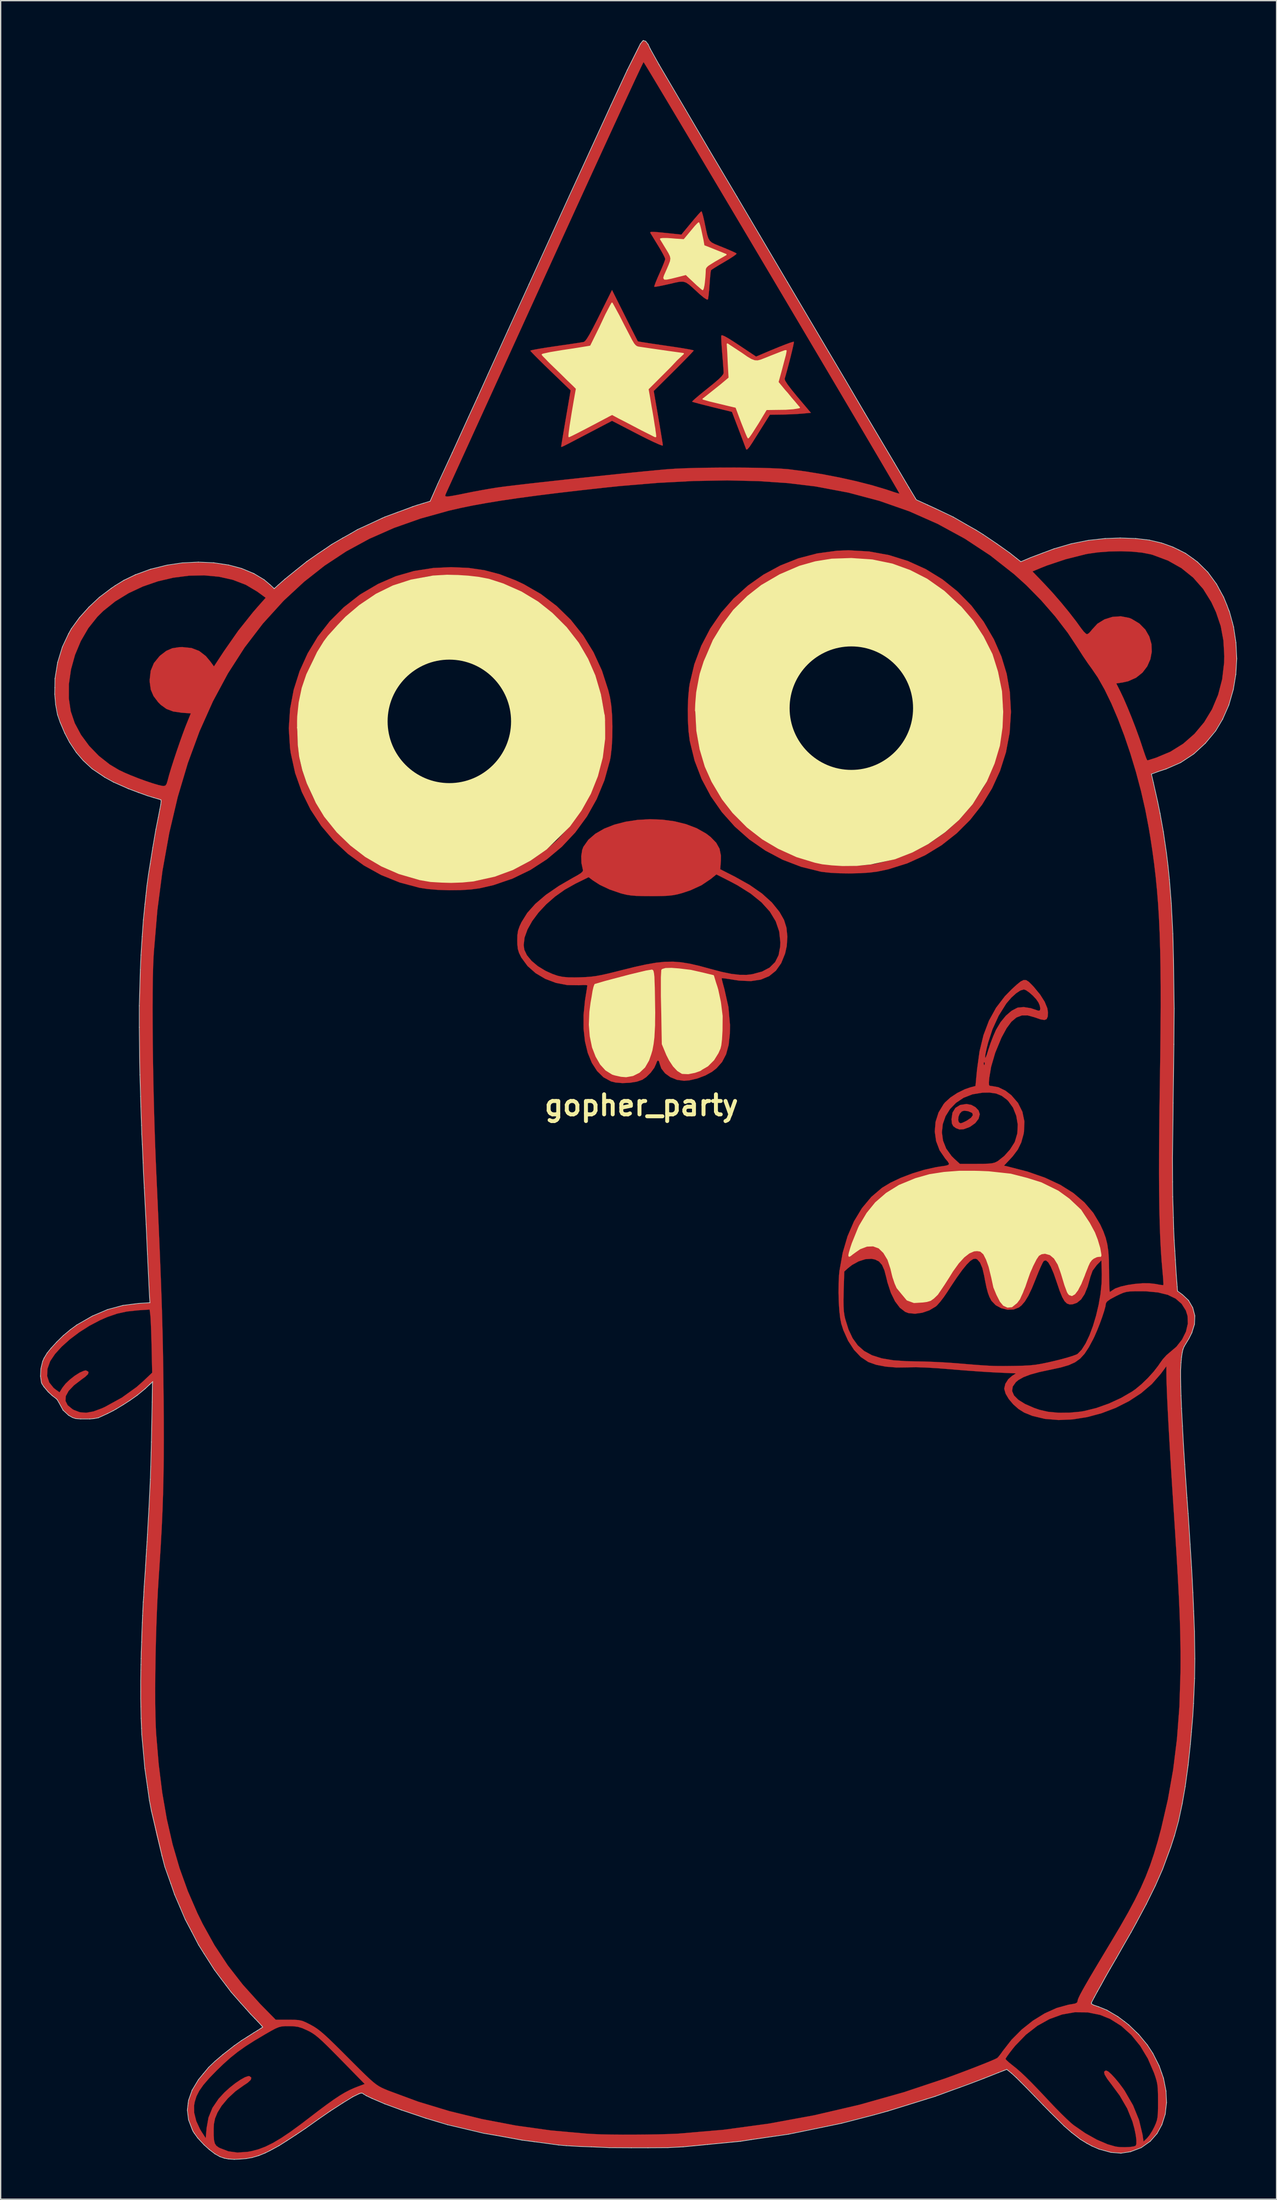
<source format=kicad_pcb>
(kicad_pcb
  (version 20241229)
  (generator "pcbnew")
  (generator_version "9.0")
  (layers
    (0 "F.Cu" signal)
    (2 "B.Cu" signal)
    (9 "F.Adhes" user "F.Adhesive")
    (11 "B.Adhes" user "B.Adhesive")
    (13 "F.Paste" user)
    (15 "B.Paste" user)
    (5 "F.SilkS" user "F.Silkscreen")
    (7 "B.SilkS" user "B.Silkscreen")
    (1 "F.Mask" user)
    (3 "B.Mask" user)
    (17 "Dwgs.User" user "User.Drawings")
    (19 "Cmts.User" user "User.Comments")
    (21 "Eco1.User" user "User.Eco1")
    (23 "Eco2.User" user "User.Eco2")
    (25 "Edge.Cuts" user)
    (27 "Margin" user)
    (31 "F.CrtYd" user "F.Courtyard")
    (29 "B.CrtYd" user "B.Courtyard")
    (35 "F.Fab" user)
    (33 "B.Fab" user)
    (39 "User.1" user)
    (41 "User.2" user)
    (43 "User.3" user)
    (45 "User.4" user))
  (footprint "gopher_party"
    (layer "F.Cu")
    (at 45.645 80.845)
    (property "Reference" "gopher_party" (at 0 0 0) (layer "F.SilkS") (effects (font (size 1.524 1.524) (thickness 0.3))))
    (attr through_hole)
    (fp_poly (pts (xy 25.048 -0.029) (xy 25.37 0.149) (xy 25.603 0.396) (xy 25.693 0.674) (xy 25.693 0.676) (xy 25.602 1.023) (xy 25.349 1.352) (xy 24.969 1.623) (xy 24.87 1.671) (xy 24.466 1.818) (xy 24.151 1.836) (xy 23.886 1.739) (xy 23.676 1.585) (xy 23.574 1.385) (xy 23.549 1.111) (xy 24.051 1.111) (xy 24.105 1.297) (xy 24.236 1.368) (xy 24.384 1.323) (xy 24.624 1.21) (xy 24.723 1.157) (xy 25.024 0.948) (xy 25.162 0.757) (xy 25.128 0.603) (xy 25.086 0.569) (xy 24.799 0.444) (xy 24.507 0.412) (xy 24.335 0.46) (xy 24.173 0.633) (xy 24.076 0.87) (xy 24.051 1.111) (xy 23.549 1.111) (xy 23.546 1.07) (xy 23.545 1.045) (xy 23.619 0.559) (xy 23.839 0.201) (xy 24.196 -0.021) (xy 24.682 -0.098) (xy 24.687 -0.098) (xy 25.048 -0.029)) (stroke (width 0.01) (type solid)) (fill yes) (layer "F.Cu"))
    (fp_poly (pts (xy 17.287 -42.037) (xy 18.791 -41.764) (xy 20.228 -41.315) (xy 21.586 -40.699) (xy 22.853 -39.922) (xy 24.017 -38.992) (xy 25.065 -37.916) (xy 25.987 -36.702) (xy 26.765 -35.365) (xy 27.337 -34.06) (xy 27.736 -32.744) (xy 27.973 -31.376) (xy 28.056 -29.919) (xy 28.056 -29.797) (xy 27.959 -28.271) (xy 27.681 -26.798) (xy 27.233 -25.389) (xy 26.624 -24.057) (xy 25.866 -22.814) (xy 24.968 -21.672) (xy 23.94 -20.644) (xy 22.794 -19.742) (xy 21.539 -18.977) (xy 20.186 -18.363) (xy 18.744 -17.912) (xy 17.905 -17.735) (xy 17.322 -17.662) (xy 16.614 -17.616) (xy 15.841 -17.598) (xy 15.063 -17.609) (xy 14.342 -17.647) (xy 13.738 -17.713) (xy 13.608 -17.734) (xy 12.13 -18.1) (xy 10.727 -18.637) (xy 9.412 -19.333) (xy 8.196 -20.175) (xy 7.093 -21.151) (xy 6.113 -22.249) (xy 5.27 -23.456) (xy 4.575 -24.761) (xy 4.041 -26.151) (xy 3.681 -27.614) (xy 3.668 -27.685) (xy 3.581 -28.379) (xy 3.533 -29.196) (xy 3.525 -29.901) (xy 4.099 -29.901) (xy 4.176 -28.489) (xy 4.427 -27.08) (xy 4.857 -25.69) (xy 5.361 -24.55) (xy 6.106 -23.289) (xy 7.004 -22.136) (xy 8.039 -21.104) (xy 9.193 -20.206) (xy 10.45 -19.453) (xy 11.791 -18.86) (xy 13.2 -18.438) (xy 13.735 -18.328) (xy 14.425 -18.239) (xy 15.232 -18.192) (xy 16.084 -18.188) (xy 16.908 -18.225) (xy 17.632 -18.304) (xy 17.742 -18.322) (xy 19.203 -18.673) (xy 20.59 -19.2) (xy 21.892 -19.893) (xy 23.093 -20.74) (xy 24.179 -21.731) (xy 25.137 -22.856) (xy 25.952 -24.105) (xy 26.226 -24.618) (xy 26.792 -25.934) (xy 27.18 -27.277) (xy 27.397 -28.679) (xy 27.452 -29.903) (xy 27.358 -31.416) (xy 27.079 -32.87) (xy 26.617 -34.259) (xy 25.974 -35.576) (xy 25.154 -36.816) (xy 24.158 -37.973) (xy 24.032 -38.1) (xy 22.884 -39.12) (xy 21.661 -39.96) (xy 20.363 -40.62) (xy 18.989 -41.099) (xy 17.54 -41.398) (xy 16.016 -41.517) (xy 15.768 -41.519) (xy 14.429 -41.454) (xy 13.179 -41.251) (xy 11.966 -40.898) (xy 10.739 -40.382) (xy 10.422 -40.225) (xy 9.156 -39.474) (xy 8.018 -38.589) (xy 7.016 -37.584) (xy 6.152 -36.475) (xy 5.433 -35.276) (xy 4.863 -34.004) (xy 4.447 -32.674) (xy 4.191 -31.301) (xy 4.099 -29.901) (xy 3.525 -29.901) (xy 3.523 -30.065) (xy 3.552 -30.916) (xy 3.62 -31.68) (xy 3.668 -32.005) (xy 4.021 -33.481) (xy 4.544 -34.876) (xy 5.224 -36.18) (xy 6.05 -37.383) (xy 7.008 -38.475) (xy 8.087 -39.444) (xy 9.273 -40.281) (xy 10.555 -40.974) (xy 11.919 -41.515) (xy 13.355 -41.891) (xy 14.848 -42.093) (xy 15.728 -42.127) (xy 17.287 -42.037)) (stroke (width 0.01) (type solid)) (fill yes) (layer "F.Cu"))
    (fp_poly (pts (xy 6.304 -58.381) (xy 6.6 -58.216) (xy 7.03 -57.945) (xy 7.403 -57.699) (xy 8.709 -56.828) (xy 9.161 -57.022) (xy 9.837 -57.308) (xy 10.431 -57.552) (xy 10.922 -57.745) (xy 11.291 -57.881) (xy 11.517 -57.95) (xy 11.579 -57.955) (xy 11.57 -57.852) (xy 11.518 -57.599) (xy 11.433 -57.233) (xy 11.325 -56.792) (xy 11.202 -56.314) (xy 11.075 -55.836) (xy 10.953 -55.397) (xy 10.877 -55.136) (xy 10.921 -54.991) (xy 11.098 -54.714) (xy 11.402 -54.313) (xy 11.827 -53.795) (xy 11.849 -53.769) (xy 12.87 -52.561) (xy 12.219 -52.5) (xy 11.806 -52.47) (xy 11.293 -52.445) (xy 10.777 -52.429) (xy 10.661 -52.427) (xy 9.754 -52.415) (xy 9.309 -51.706) (xy 9.028 -51.259) (xy 8.717 -50.763) (xy 8.441 -50.324) (xy 8.438 -50.318) (xy 8.205 -49.971) (xy 8.045 -49.787) (xy 7.963 -49.773) (xy 7.959 -49.781) (xy 7.907 -49.919) (xy 7.799 -50.204) (xy 7.65 -50.599) (xy 7.472 -51.067) (xy 7.392 -51.278) (xy 6.876 -52.632) (xy 5.384 -52.999) (xy 4.872 -53.127) (xy 4.43 -53.24) (xy 4.093 -53.331) (xy 3.892 -53.39) (xy 3.851 -53.406) (xy 3.91 -53.477) (xy 4.043 -53.598) (xy 4.674 -53.598) (xy 5.038 -53.497) (xy 5.299 -53.43) (xy 5.682 -53.335) (xy 6.122 -53.231) (xy 6.294 -53.191) (xy 7.186 -52.985) (xy 7.618 -51.821) (xy 7.786 -51.383) (xy 7.934 -51.02) (xy 8.047 -50.767) (xy 8.112 -50.659) (xy 8.116 -50.657) (xy 8.188 -50.736) (xy 8.34 -50.95) (xy 8.549 -51.27) (xy 8.795 -51.664) (xy 8.836 -51.731) (xy 9.491 -52.805) (xy 10.383 -52.811) (xy 10.831 -52.821) (xy 11.248 -52.843) (xy 11.565 -52.873) (xy 11.639 -52.884) (xy 12.003 -52.952) (xy 11.192 -53.915) (xy 10.38 -54.877) (xy 10.703 -56.057) (xy 10.823 -56.508) (xy 10.915 -56.887) (xy 10.972 -57.156) (xy 10.984 -57.279) (xy 10.983 -57.281) (xy 10.881 -57.263) (xy 10.636 -57.181) (xy 10.282 -57.048) (xy 9.857 -56.878) (xy 9.823 -56.863) (xy 9.386 -56.68) (xy 9.064 -56.556) (xy 8.812 -56.497) (xy 8.589 -56.51) (xy 8.35 -56.6) (xy 8.054 -56.775) (xy 7.656 -57.04) (xy 7.38 -57.227) (xy 6.515 -57.807) (xy 6.585 -56.503) (xy 6.655 -55.199) (xy 5.664 -54.398) (xy 4.674 -53.598) (xy 4.043 -53.598) (xy 4.098 -53.647) (xy 4.39 -53.895) (xy 4.761 -54.199) (xy 5.027 -54.412) (xy 5.52 -54.811) (xy 5.871 -55.114) (xy 6.097 -55.338) (xy 6.215 -55.5) (xy 6.243 -55.6) (xy 6.235 -55.781) (xy 6.213 -56.11) (xy 6.18 -56.542) (xy 6.14 -57.029) (xy 6.138 -57.05) (xy 6.101 -57.53) (xy 6.074 -57.946) (xy 6.061 -58.257) (xy 6.064 -58.419) (xy 6.065 -58.423) (xy 6.13 -58.448) (xy 6.304 -58.381)) (stroke (width 0.01) (type solid)) (fill yes) (layer "F.Cu"))
    (fp_poly (pts (xy -13.136 -40.791) (xy -11.915 -40.614) (xy -10.737 -40.301) (xy -9.546 -39.841) (xy -8.933 -39.553) (xy -7.623 -38.8) (xy -6.43 -37.894) (xy -5.361 -36.849) (xy -4.426 -35.675) (xy -3.633 -34.385) (xy -2.992 -32.989) (xy -2.511 -31.5) (xy -2.379 -30.946) (xy -2.284 -30.336) (xy -2.224 -29.594) (xy -2.199 -28.777) (xy -2.208 -27.944) (xy -2.252 -27.155) (xy -2.332 -26.467) (xy -2.384 -26.182) (xy -2.805 -24.666) (xy -3.391 -23.243) (xy -4.132 -21.922) (xy -5.017 -20.713) (xy -6.035 -19.626) (xy -7.176 -18.672) (xy -8.43 -17.861) (xy -9.787 -17.203) (xy -11.235 -16.709) (xy -12.296 -16.466) (xy -12.954 -16.379) (xy -13.741 -16.331) (xy -14.59 -16.322) (xy -15.438 -16.349) (xy -16.222 -16.414) (xy -16.852 -16.51) (xy -18.348 -16.91) (xy -19.756 -17.478) (xy -21.066 -18.203) (xy -22.268 -19.074) (xy -23.352 -20.08) (xy -24.306 -21.208) (xy -25.12 -22.448) (xy -25.784 -23.789) (xy -26.288 -25.218) (xy -26.62 -26.726) (xy -26.677 -27.126) (xy -26.766 -28.575) (xy -26.124 -28.575) (xy -26.087 -27.43) (xy -25.965 -26.403) (xy -25.745 -25.435) (xy -25.412 -24.469) (xy -24.952 -23.447) (xy -24.804 -23.153) (xy -24.057 -21.909) (xy -23.156 -20.772) (xy -22.119 -19.755) (xy -20.961 -18.871) (xy -19.702 -18.132) (xy -18.357 -17.551) (xy -16.943 -17.139) (xy -16.487 -17.047) (xy -15.867 -16.968) (xy -15.121 -16.924) (xy -14.317 -16.917) (xy -13.523 -16.945) (xy -12.805 -17.008) (xy -12.551 -17.045) (xy -11.1 -17.378) (xy -9.712 -17.893) (xy -8.401 -18.584) (xy -7.18 -19.444) (xy -6.436 -20.095) (xy -5.427 -21.184) (xy -4.569 -22.377) (xy -3.869 -23.658) (xy -3.334 -25.007) (xy -2.971 -26.405) (xy -2.787 -27.835) (xy -2.789 -29.276) (xy -2.82 -29.638) (xy -3.067 -31.134) (xy -3.488 -32.561) (xy -4.075 -33.905) (xy -4.816 -35.156) (xy -5.702 -36.3) (xy -6.721 -37.326) (xy -7.864 -38.221) (xy -9.121 -38.974) (xy -10.48 -39.572) (xy -11.597 -39.921) (xy -12.34 -40.071) (xy -13.205 -40.177) (xy -14.124 -40.235) (xy -15.027 -40.241) (xy -15.846 -40.191) (xy -16.122 -40.157) (xy -17.58 -39.856) (xy -18.942 -39.39) (xy -20.218 -38.753) (xy -21.422 -37.94) (xy -22.564 -36.944) (xy -22.673 -36.836) (xy -23.291 -36.196) (xy -23.789 -35.617) (xy -24.207 -35.045) (xy -24.586 -34.426) (xy -24.914 -33.808) (xy -25.401 -32.736) (xy -25.752 -31.698) (xy -25.98 -30.64) (xy -26.099 -29.504) (xy -26.124 -28.575) (xy -26.766 -28.575) (xy -26.768 -28.615) (xy -26.672 -30.095) (xy -26.396 -31.547) (xy -25.949 -32.955) (xy -25.339 -34.3) (xy -24.572 -35.567) (xy -23.658 -36.737) (xy -22.605 -37.794) (xy -21.419 -38.721) (xy -21.286 -38.811) (xy -19.986 -39.574) (xy -18.652 -40.154) (xy -17.265 -40.555) (xy -15.804 -40.783) (xy -14.458 -40.846) (xy -13.136 -40.791)) (stroke (width 0.01) (type solid)) (fill yes) (layer "F.Cu"))
    (fp_poly (pts (xy 4.603 -67.775) (xy 4.673 -67.542) (xy 4.755 -67.204) (xy 4.786 -67.061) (xy 4.901 -66.502) (xy 4.992 -66.098) (xy 5.081 -65.815) (xy 5.194 -65.621) (xy 5.353 -65.482) (xy 5.584 -65.363) (xy 5.909 -65.231) (xy 6.161 -65.131) (xy 6.575 -64.96) (xy 6.916 -64.811) (xy 7.148 -64.7) (xy 7.231 -64.648) (xy 7.169 -64.575) (xy 6.968 -64.428) (xy 6.661 -64.23) (xy 6.302 -64.016) (xy 5.913 -63.787) (xy 5.59 -63.59) (xy 5.369 -63.447) (xy 5.286 -63.383) (xy 5.262 -63.262) (xy 5.231 -62.99) (xy 5.198 -62.611) (xy 5.176 -62.293) (xy 5.142 -61.858) (xy 5.105 -61.493) (xy 5.069 -61.242) (xy 5.048 -61.16) (xy 4.951 -61.168) (xy 4.738 -61.307) (xy 4.427 -61.565) (xy 4.303 -61.678) (xy 3.909 -62.042) (xy 3.62 -62.294) (xy 3.39 -62.447) (xy 3.175 -62.516) (xy 2.929 -62.513) (xy 2.607 -62.453) (xy 2.164 -62.348) (xy 2.116 -62.337) (xy 1.68 -62.24) (xy 1.318 -62.167) (xy 1.071 -62.127) (xy 0.977 -62.125) (xy 0.996 -62.226) (xy 1.084 -62.466) (xy 1.225 -62.807) (xy 1.371 -63.137) (xy 1.55 -63.545) (xy 1.694 -63.894) (xy 1.786 -64.142) (xy 1.81 -64.238) (xy 1.762 -64.372) (xy 1.632 -64.63) (xy 1.44 -64.969) (xy 1.292 -65.215) (xy 1.064 -65.586) (xy 0.965 -65.749) (xy 1.449 -65.749) (xy 1.519 -65.633) (xy 1.663 -65.395) (xy 1.852 -65.083) (xy 1.904 -64.999) (xy 2.087 -64.695) (xy 2.199 -64.468) (xy 2.239 -64.27) (xy 2.205 -64.051) (xy 2.098 -63.76) (xy 1.915 -63.348) (xy 1.872 -63.251) (xy 1.75 -62.97) (xy 1.702 -62.793) (xy 1.751 -62.707) (xy 1.922 -62.702) (xy 2.237 -62.767) (xy 2.665 -62.876) (xy 3.371 -63.06) (xy 3.984 -62.488) (xy 4.267 -62.229) (xy 4.497 -62.03) (xy 4.635 -61.923) (xy 4.656 -61.912) (xy 4.7 -61.997) (xy 4.748 -62.221) (xy 4.777 -62.421) (xy 4.814 -62.797) (xy 4.837 -63.159) (xy 4.84 -63.287) (xy 4.849 -63.456) (xy 4.898 -63.588) (xy 5.018 -63.714) (xy 5.241 -63.867) (xy 5.599 -64.081) (xy 5.643 -64.106) (xy 6.446 -64.573) (xy 5.601 -64.917) (xy 4.757 -65.262) (xy 4.582 -66.125) (xy 4.5 -66.505) (xy 4.426 -66.799) (xy 4.372 -66.965) (xy 4.356 -66.987) (xy 4.274 -66.916) (xy 4.101 -66.729) (xy 3.868 -66.459) (xy 3.768 -66.34) (xy 3.232 -65.694) (xy 2.317 -65.762) (xy 1.928 -65.783) (xy 1.632 -65.784) (xy 1.468 -65.767) (xy 1.449 -65.749) (xy 0.965 -65.749) (xy 0.87 -65.904) (xy 0.734 -66.126) (xy 0.691 -66.197) (xy 0.671 -66.247) (xy 0.697 -66.281) (xy 0.793 -66.296) (xy 0.982 -66.292) (xy 1.289 -66.269) (xy 1.738 -66.225) (xy 2.352 -66.161) (xy 2.497 -66.146) (xy 3.036 -66.089) (xy 3.767 -66.972) (xy 4.058 -67.318) (xy 4.305 -67.602) (xy 4.481 -67.793) (xy 4.558 -67.861) (xy 4.603 -67.775)) (stroke (width 0.01) (type solid)) (fill yes) (layer "F.Cu"))
    (fp_poly (pts (xy -1.265 -59.953) (xy -0.984 -59.391) (xy -0.732 -58.89) (xy -0.522 -58.476) (xy -0.368 -58.174) (xy -0.283 -58.01) (xy -0.27 -57.988) (xy -0.168 -57.965) (xy 0.098 -57.92) (xy 0.502 -57.856) (xy 1.014 -57.779) (xy 1.606 -57.692) (xy 1.868 -57.654) (xy 2.484 -57.564) (xy 3.028 -57.479) (xy 3.474 -57.404) (xy 3.794 -57.344) (xy 3.959 -57.303) (xy 3.976 -57.293) (xy 3.91 -57.21) (xy 3.724 -57.01) (xy 3.439 -56.714) (xy 3.074 -56.343) (xy 2.651 -55.918) (xy 2.457 -55.725) (xy 0.938 -54.218) (xy 1.285 -52.209) (xy 1.389 -51.601) (xy 1.48 -51.055) (xy 1.554 -50.602) (xy 1.606 -50.272) (xy 1.63 -50.095) (xy 1.631 -50.078) (xy 1.549 -50.084) (xy 1.317 -50.172) (xy 0.958 -50.332) (xy 0.495 -50.553) (xy -0.049 -50.826) (xy -0.299 -50.954) (xy -2.228 -51.953) (xy -4.083 -50.982) (xy -4.723 -50.647) (xy -5.211 -50.392) (xy -5.567 -50.207) (xy -5.811 -50.083) (xy -5.965 -50.009) (xy -6.049 -49.976) (xy -6.083 -49.974) (xy -6.089 -49.993) (xy -6.086 -50.021) (xy -6.071 -50.135) (xy -6.026 -50.413) (xy -5.958 -50.825) (xy -5.871 -51.343) (xy -5.77 -51.937) (xy -5.729 -52.179) (xy -5.371 -54.263) (xy -6.901 -55.736) (xy -7.349 -56.17) (xy -7.745 -56.56) (xy -8.07 -56.885) (xy -8.17 -56.988) (xy -7.552 -56.988) (xy -7.485 -56.901) (xy -7.298 -56.702) (xy -7.013 -56.414) (xy -6.654 -56.058) (xy -6.243 -55.659) (xy -4.934 -54.401) (xy -5.251 -52.573) (xy -5.346 -52.004) (xy -5.42 -51.507) (xy -5.471 -51.112) (xy -5.493 -50.848) (xy -5.485 -50.745) (xy -5.483 -50.744) (xy -5.373 -50.788) (xy -5.12 -50.91) (xy -4.753 -51.095) (xy -4.3 -51.33) (xy -3.813 -51.587) (xy -2.228 -52.43) (xy -1.641 -52.121) (xy -0.841 -51.7) (xy -0.199 -51.365) (xy 0.297 -51.11) (xy 0.66 -50.928) (xy 0.904 -50.813) (xy 1.041 -50.758) (xy 1.084 -50.753) (xy 1.08 -50.857) (xy 1.047 -51.123) (xy 0.988 -51.52) (xy 0.909 -52.016) (xy 0.815 -52.575) (xy 0.509 -54.358) (xy 1.855 -55.706) (xy 3.2 -57.054) (xy 1.61 -57.28) (xy 1.053 -57.36) (xy 0.547 -57.434) (xy 0.129 -57.497) (xy -0.159 -57.541) (xy -0.256 -57.558) (xy -0.361 -57.593) (xy -0.465 -57.671) (xy -0.582 -57.816) (xy -0.729 -58.052) (xy -0.92 -58.403) (xy -1.172 -58.892) (xy -1.355 -59.257) (xy -1.616 -59.772) (xy -1.848 -60.222) (xy -2.038 -60.578) (xy -2.17 -60.815) (xy -2.231 -60.904) (xy -2.232 -60.904) (xy -2.288 -60.82) (xy -2.414 -60.587) (xy -2.595 -60.233) (xy -2.817 -59.784) (xy -3.064 -59.273) (xy -3.312 -58.757) (xy -3.53 -58.306) (xy -3.704 -57.948) (xy -3.821 -57.71) (xy -3.867 -57.621) (xy -3.965 -57.601) (xy -4.227 -57.558) (xy -4.622 -57.496) (xy -5.12 -57.419) (xy -5.69 -57.334) (xy -5.72 -57.33) (xy -6.292 -57.242) (xy -6.79 -57.158) (xy -7.186 -57.085) (xy -7.45 -57.027) (xy -7.552 -56.99) (xy -7.552 -56.988) (xy -8.17 -56.988) (xy -8.301 -57.124) (xy -8.42 -57.257) (xy -8.431 -57.276) (xy -8.339 -57.31) (xy -8.083 -57.364) (xy -7.69 -57.435) (xy -7.192 -57.516) (xy -6.616 -57.602) (xy -6.502 -57.619) (xy -5.898 -57.706) (xy -5.351 -57.786) (xy -4.894 -57.855) (xy -4.56 -57.907) (xy -4.382 -57.937) (xy -4.372 -57.94) (xy -4.275 -58.008) (xy -4.139 -58.186) (xy -3.954 -58.489) (xy -3.712 -58.932) (xy -3.403 -59.531) (xy -3.201 -59.934) (xy -2.23 -61.884) (xy -1.265 -59.953)) (stroke (width 0.01) (type solid)) (fill yes) (layer "F.Cu"))
    (fp_poly (pts (xy 1.588 -21.68) (xy 2.512 -21.555) (xy 3.391 -21.339) (xy 4.201 -21.029) (xy 4.916 -20.624) (xy 5.254 -20.365) (xy 5.682 -19.926) (xy 5.936 -19.47) (xy 6.039 -18.949) (xy 6.034 -18.561) (xy 5.988 -17.915) (xy 7.106 -17.347) (xy 8.225 -16.721) (xy 9.157 -16.072) (xy 9.907 -15.394) (xy 10.484 -14.68) (xy 10.831 -14.068) (xy 11.013 -13.486) (xy 11.083 -12.806) (xy 11.038 -12.09) (xy 10.912 -11.516) (xy 10.617 -10.787) (xy 10.214 -10.216) (xy 9.698 -9.8) (xy 9.065 -9.537) (xy 8.313 -9.425) (xy 7.436 -9.462) (xy 7.068 -9.515) (xy 6.665 -9.58) (xy 6.342 -9.627) (xy 6.142 -9.649) (xy 6.099 -9.648) (xy 6.112 -9.549) (xy 6.17 -9.308) (xy 6.262 -8.97) (xy 6.301 -8.831) (xy 6.609 -7.458) (xy 6.728 -6.102) (xy 6.718 -5.438) (xy 6.626 -4.58) (xy 6.433 -3.871) (xy 6.128 -3.287) (xy 5.7 -2.805) (xy 5.362 -2.542) (xy 4.855 -2.263) (xy 4.261 -2.038) (xy 3.663 -1.896) (xy 3.24 -1.858) (xy 2.701 -1.932) (xy 2.207 -2.131) (xy 1.798 -2.427) (xy 1.514 -2.793) (xy 1.408 -3.089) (xy 1.334 -3.34) (xy 1.249 -3.408) (xy 1.165 -3.288) (xy 1.137 -3.193) (xy 0.981 -2.847) (xy 0.709 -2.476) (xy 0.375 -2.145) (xy 0.075 -1.94) (xy -0.345 -1.793) (xy -0.877 -1.707) (xy -1.444 -1.684) (xy -1.972 -1.729) (xy -2.307 -1.813) (xy -2.876 -2.124) (xy -3.363 -2.599) (xy -3.763 -3.221) (xy -4.071 -3.973) (xy -4.281 -4.839) (xy -4.39 -5.803) (xy -4.391 -6.116) (xy -3.952 -6.116) (xy -3.885 -5.227) (xy -3.716 -4.416) (xy -3.455 -3.702) (xy -3.107 -3.108) (xy -2.683 -2.652) (xy -2.19 -2.356) (xy -2.003 -2.293) (xy -1.541 -2.189) (xy -1.173 -2.164) (xy -0.811 -2.214) (xy -0.637 -2.258) (xy -0.168 -2.487) (xy 0.236 -2.881) (xy 0.554 -3.418) (xy 0.667 -3.712) (xy 0.79 -4.144) (xy 0.884 -4.614) (xy 0.951 -5.15) (xy 0.993 -5.78) (xy 1.011 -6.532) (xy 1.009 -7.433) (xy 0.998 -8.084) (xy 0.981 -8.796) (xy 0.965 -9.33) (xy 1.51 -9.33) (xy 1.512 -8.735) (xy 1.522 -7.97) (xy 1.532 -7.447) (xy 1.587 -4.64) (xy 1.884 -3.916) (xy 2.138 -3.401) (xy 2.44 -2.959) (xy 2.759 -2.624) (xy 3.065 -2.434) (xy 3.143 -2.412) (xy 3.569 -2.398) (xy 4.072 -2.496) (xy 4.457 -2.634) (xy 5.015 -2.972) (xy 5.495 -3.438) (xy 5.841 -3.979) (xy 5.864 -4.031) (xy 5.972 -4.326) (xy 6.047 -4.656) (xy 6.097 -5.073) (xy 6.131 -5.629) (xy 6.133 -5.691) (xy 6.132 -6.786) (xy 6.023 -7.792) (xy 5.798 -8.786) (xy 5.703 -9.102) (xy 5.467 -9.851) (xy 4.372 -10.113) (xy 3.827 -10.226) (xy 3.261 -10.313) (xy 2.717 -10.371) (xy 2.235 -10.397) (xy 1.855 -10.388) (xy 1.618 -10.34) (xy 1.593 -10.327) (xy 1.558 -10.254) (xy 1.533 -10.074) (xy 1.517 -9.771) (xy 1.51 -9.33) (xy 0.965 -9.33) (xy 0.964 -9.335) (xy 0.945 -9.725) (xy 0.922 -9.989) (xy 0.891 -10.151) (xy 0.852 -10.233) (xy 0.802 -10.258) (xy 0.793 -10.259) (xy 0.632 -10.235) (xy 0.324 -10.171) (xy -0.097 -10.074) (xy -0.596 -9.953) (xy -1.143 -9.817) (xy -1.702 -9.673) (xy -2.241 -9.531) (xy -2.726 -9.4) (xy -3.125 -9.286) (xy -3.403 -9.2) (xy -3.528 -9.15) (xy -3.531 -9.147) (xy -3.596 -8.978) (xy -3.672 -8.656) (xy -3.752 -8.222) (xy -3.83 -7.719) (xy -3.896 -7.188) (xy -3.91 -7.063) (xy -3.952 -6.116) (xy -4.391 -6.116) (xy -4.392 -6.849) (xy -4.282 -7.96) (xy -4.251 -8.157) (xy -4.187 -8.551) (xy -4.137 -8.869) (xy -4.109 -9.063) (xy -4.105 -9.099) (xy -4.192 -9.123) (xy -4.423 -9.127) (xy -4.725 -9.111) (xy -5.615 -9.122) (xy -6.483 -9.288) (xy -7.297 -9.595) (xy -8.027 -10.027) (xy -8.642 -10.569) (xy -9.111 -11.207) (xy -9.134 -11.249) (xy -9.292 -11.57) (xy -9.38 -11.861) (xy -9.413 -12.164) (xy -8.936 -12.164) (xy -8.888 -11.808) (xy -8.69 -11.389) (xy -8.336 -10.961) (xy -7.859 -10.559) (xy -7.294 -10.215) (xy -7.204 -10.171) (xy -6.751 -9.968) (xy -6.356 -9.83) (xy -5.964 -9.747) (xy -5.516 -9.709) (xy -4.957 -9.706) (xy -4.64 -9.714) (xy -4.201 -9.732) (xy -3.808 -9.764) (xy -3.42 -9.815) (xy -2.993 -9.895) (xy -2.483 -10.009) (xy -1.846 -10.167) (xy -1.535 -10.246) (xy -0.518 -10.499) (xy 0.35 -10.69) (xy 1.104 -10.821) (xy 1.778 -10.891) (xy 2.409 -10.902) (xy 3.033 -10.853) (xy 3.684 -10.746) (xy 4.398 -10.582) (xy 5.208 -10.361) (xy 6.087 -10.128) (xy 6.823 -9.976) (xy 7.449 -9.901) (xy 7.995 -9.898) (xy 8.43 -9.952) (xy 9.166 -10.152) (xy 9.737 -10.453) (xy 10.151 -10.865) (xy 10.416 -11.395) (xy 10.539 -12.052) (xy 10.551 -12.366) (xy 10.463 -13.189) (xy 10.198 -13.966) (xy 9.752 -14.701) (xy 9.123 -15.398) (xy 8.308 -16.06) (xy 7.303 -16.692) (xy 6.78 -16.971) (xy 5.695 -17.524) (xy 5.265 -17.175) (xy 4.562 -16.701) (xy 3.718 -16.314) (xy 3.059 -16.096) (xy 2.728 -16.008) (xy 2.411 -15.947) (xy 2.063 -15.907) (xy 1.636 -15.885) (xy 1.085 -15.876) (xy 0.733 -15.875) (xy 0.098 -15.879) (xy -0.388 -15.894) (xy -0.771 -15.924) (xy -1.098 -15.973) (xy -1.416 -16.047) (xy -1.593 -16.096) (xy -2.425 -16.384) (xy -3.159 -16.732) (xy -3.687 -17.072) (xy -4.004 -17.314) (xy -5.006 -16.822) (xy -5.809 -16.37) (xy -6.554 -15.841) (xy -7.226 -15.253) (xy -7.809 -14.628) (xy -8.287 -13.987) (xy -8.645 -13.348) (xy -8.867 -12.734) (xy -8.936 -12.164) (xy -9.413 -12.164) (xy -9.417 -12.207) (xy -9.424 -12.506) (xy -9.413 -12.936) (xy -9.361 -13.267) (xy -9.245 -13.596) (xy -9.104 -13.898) (xy -8.667 -14.6) (xy -8.052 -15.29) (xy -7.254 -15.971) (xy -6.268 -16.648) (xy -5.243 -17.242) (xy -4.849 -17.461) (xy -4.601 -17.616) (xy -4.473 -17.732) (xy -4.435 -17.832) (xy -4.451 -17.915) (xy -4.553 -18.393) (xy -4.568 -18.909) (xy -4.495 -19.379) (xy -4.408 -19.614) (xy -4.028 -20.152) (xy -3.493 -20.613) (xy -2.826 -20.997) (xy -2.055 -21.301) (xy -1.202 -21.523) (xy -0.294 -21.662) (xy 0.644 -21.714) (xy 1.588 -21.68)) (stroke (width 0.01) (type solid)) (fill yes) (layer "F.Cu"))
    (fp_poly (pts (xy 0.333 -80.729) (xy 0.486 -80.518) (xy 0.53 -80.425) (xy 0.562 -80.354) (xy 0.601 -80.272) (xy 0.65 -80.174) (xy 0.715 -80.052) (xy 0.798 -79.899) (xy 0.903 -79.709) (xy 1.036 -79.475) (xy 1.2 -79.19) (xy 1.398 -78.847) (xy 1.635 -78.44) (xy 1.915 -77.961) (xy 2.241 -77.403) (xy 2.619 -76.76) (xy 3.052 -76.026) (xy 3.543 -75.192) (xy 4.098 -74.253) (xy 4.719 -73.201) (xy 5.411 -72.029) (xy 6.178 -70.732) (xy 7.025 -69.301) (xy 7.954 -67.73) (xy 8.97 -66.013) (xy 10.078 -64.142) (xy 11.28 -62.11) (xy 11.43 -61.857) (xy 20.857 -45.929) (xy 21.907 -45.47) (xy 23.661 -44.624) (xy 25.41 -43.631) (xy 27.091 -42.527) (xy 28.006 -41.854) (xy 28.804 -41.24) (xy 29.959 -41.707) (xy 31.342 -42.217) (xy 32.641 -42.595) (xy 33.907 -42.848) (xy 35.189 -42.988) (xy 36.342 -43.026) (xy 37.514 -42.99) (xy 38.546 -42.871) (xy 39.477 -42.661) (xy 40.347 -42.349) (xy 41.196 -41.927) (xy 41.342 -41.843) (xy 42.211 -41.224) (xy 42.975 -40.458) (xy 43.632 -39.566) (xy 44.177 -38.57) (xy 44.608 -37.49) (xy 44.92 -36.347) (xy 45.111 -35.163) (xy 45.176 -33.956) (xy 45.112 -32.75) (xy 44.916 -31.564) (xy 44.584 -30.42) (xy 44.113 -29.338) (xy 43.588 -28.465) (xy 42.809 -27.494) (xy 41.928 -26.687) (xy 40.936 -26.04) (xy 39.824 -25.543) (xy 39.39 -25.399) (xy 39.054 -25.294) (xy 38.805 -25.208) (xy 38.689 -25.159) (xy 38.686 -25.155) (xy 38.707 -25.053) (xy 38.764 -24.802) (xy 38.848 -24.441) (xy 38.927 -24.104) (xy 39.183 -22.966) (xy 39.412 -21.823) (xy 39.616 -20.664) (xy 39.794 -19.473) (xy 39.948 -18.236) (xy 40.078 -16.94) (xy 40.186 -15.571) (xy 40.272 -14.115) (xy 40.338 -12.557) (xy 40.384 -10.884) (xy 40.41 -9.081) (xy 40.419 -7.135) (xy 40.41 -5.033) (xy 40.385 -2.759) (xy 40.359 -1.075) (xy 40.329 0.789) (xy 40.31 2.48) (xy 40.301 4.02) (xy 40.303 5.433) (xy 40.316 6.74) (xy 40.341 7.963) (xy 40.377 9.126) (xy 40.426 10.25) (xy 40.486 11.359) (xy 40.555 12.409) (xy 40.676 14.121) (xy 41.045 14.384) (xy 41.529 14.839) (xy 41.849 15.383) (xy 41.997 15.989) (xy 41.969 16.633) (xy 41.77 17.255) (xy 41.592 17.612) (xy 41.403 17.943) (xy 41.285 18.118) (xy 41.185 18.281) (xy 41.1 18.496) (xy 41.031 18.773) (xy 40.978 19.121) (xy 40.94 19.552) (xy 40.918 20.076) (xy 40.913 20.704) (xy 40.923 21.445) (xy 40.95 22.311) (xy 40.993 23.311) (xy 41.053 24.457) (xy 41.129 25.758) (xy 41.222 27.226) (xy 41.332 28.87) (xy 41.423 30.187) (xy 41.557 32.151) (xy 41.672 33.939) (xy 41.77 35.567) (xy 41.849 37.054) (xy 41.91 38.417) (xy 41.954 39.674) (xy 41.98 40.843) (xy 41.989 41.941) (xy 41.981 42.985) (xy 41.956 43.994) (xy 41.915 44.986) (xy 41.857 45.977) (xy 41.784 46.986) (xy 41.694 48.03) (xy 41.659 48.407) (xy 41.486 50.052) (xy 41.285 51.557) (xy 41.047 52.951) (xy 40.762 54.265) (xy 40.421 55.526) (xy 40.014 56.765) (xy 39.532 58.009) (xy 38.964 59.289) (xy 38.302 60.634) (xy 37.536 62.073) (xy 36.677 63.598) (xy 36.094 64.614) (xy 35.577 65.519) (xy 35.131 66.304) (xy 34.762 66.96) (xy 34.473 67.477) (xy 34.271 67.848) (xy 34.161 68.062) (xy 34.145 68.099) (xy 34.157 68.214) (xy 34.312 68.312) (xy 34.506 68.377) (xy 35.331 68.707) (xy 36.168 69.197) (xy 36.981 69.82) (xy 37.736 70.547) (xy 38.399 71.35) (xy 38.812 71.978) (xy 39.291 72.93) (xy 39.621 73.884) (xy 39.805 74.821) (xy 39.845 75.724) (xy 39.743 76.573) (xy 39.502 77.352) (xy 39.123 78.04) (xy 38.611 78.621) (xy 37.965 79.076) (xy 37.889 79.117) (xy 37.154 79.403) (xy 36.402 79.514) (xy 35.614 79.449) (xy 34.772 79.208) (xy 34.241 78.981) (xy 33.846 78.78) (xy 33.463 78.549) (xy 33.07 78.271) (xy 32.647 77.929) (xy 32.174 77.505) (xy 31.63 76.983) (xy 30.995 76.345) (xy 30.392 75.722) (xy 29.878 75.191) (xy 29.389 74.692) (xy 28.947 74.247) (xy 28.574 73.878) (xy 28.291 73.606) (xy 28.121 73.453) (xy 28.118 73.451) (xy 27.739 73.151) (xy 25.987 73.847) (xy 22.361 75.185) (xy 18.709 76.331) (xy 15.028 77.283) (xy 11.313 78.045) (xy 7.561 78.615) (xy 3.767 78.996) (xy 3.126 79.041) (xy 2.36 79.079) (xy 1.451 79.104) (xy 0.435 79.115) (xy -0.647 79.114) (xy -1.758 79.101) (xy -2.858 79.076) (xy -3.909 79.041) (xy -4.872 78.996) (xy -5.71 78.941) (xy -6.252 78.892) (xy -9.074 78.526) (xy -11.764 78.044) (xy -14.353 77.438) (xy -15.514 77.118) (xy -16.272 76.889) (xy -17.054 76.638) (xy -17.836 76.373) (xy -18.591 76.104) (xy -19.292 75.841) (xy -19.913 75.594) (xy -20.427 75.374) (xy -20.808 75.189) (xy -21.03 75.05) (xy -21.037 75.044) (xy -21.134 74.974) (xy -21.244 74.957) (xy -21.409 75.004) (xy -21.668 75.123) (xy -22.014 75.302) (xy -22.323 75.48) (xy -22.757 75.75) (xy -23.28 76.091) (xy -23.861 76.48) (xy -24.463 76.895) (xy -24.808 77.137) (xy -25.781 77.818) (xy -26.621 78.385) (xy -27.35 78.847) (xy -27.987 79.215) (xy -28.551 79.498) (xy -29.062 79.706) (xy -29.54 79.848) (xy -30.005 79.935) (xy -30.475 79.977) (xy -30.529 79.979) (xy -31.013 79.986) (xy -31.374 79.96) (xy -31.684 79.892) (xy -31.945 79.8) (xy -32.34 79.585) (xy -32.787 79.248) (xy -33.238 78.834) (xy -33.646 78.39) (xy -33.963 77.961) (xy -34.076 77.758) (xy -34.35 77.005) (xy -34.444 76.262) (xy -34.403 75.917) (xy -33.958 75.917) (xy -33.95 76.481) (xy -33.794 77.102) (xy -33.506 77.726) (xy -33.393 77.91) (xy -33.075 78.398) (xy -33.01 77.637) (xy -32.866 76.833) (xy -32.568 76.101) (xy -32.1 75.412) (xy -31.655 74.93) (xy -31.252 74.565) (xy -30.837 74.236) (xy -30.441 73.967) (xy -30.1 73.777) (xy -29.845 73.69) (xy -29.749 73.695) (xy -29.611 73.81) (xy -29.66 73.978) (xy -29.898 74.199) (xy -30.206 74.404) (xy -30.821 74.844) (xy -31.392 75.374) (xy -31.87 75.945) (xy -32.182 76.454) (xy -32.368 76.903) (xy -32.454 77.329) (xy -32.471 77.665) (xy -32.47 78.188) (xy -32.445 78.554) (xy -32.384 78.802) (xy -32.275 78.97) (xy -32.107 79.095) (xy -32.012 79.146) (xy -31.359 79.397) (xy -30.664 79.493) (xy -29.89 79.437) (xy -29.58 79.379) (xy -29.067 79.243) (xy -28.541 79.043) (xy -27.981 78.766) (xy -27.363 78.401) (xy -26.664 77.932) (xy -25.863 77.348) (xy -25.302 76.92) (xy -24.539 76.335) (xy -23.901 75.859) (xy -23.366 75.477) (xy -22.91 75.174) (xy -22.508 74.933) (xy -22.136 74.739) (xy -21.772 74.578) (xy -21.568 74.498) (xy -21.008 74.287) (xy -22.838 72.42) (xy -23.406 71.842) (xy -23.862 71.388) (xy -24.227 71.037) (xy -24.522 70.772) (xy -24.769 70.572) (xy -24.99 70.421) (xy -25.206 70.297) (xy -25.349 70.226) (xy -25.752 70.047) (xy -26.083 69.948) (xy -26.435 69.906) (xy -26.766 69.899) (xy -27.074 69.902) (xy -27.316 69.923) (xy -27.536 69.977) (xy -27.781 70.08) (xy -28.099 70.249) (xy -28.535 70.499) (xy -28.575 70.522) (xy -29.386 71.004) (xy -30.064 71.437) (xy -30.652 71.855) (xy -31.195 72.289) (xy -31.736 72.772) (xy -32.249 73.268) (xy -32.82 73.857) (xy -33.253 74.36) (xy -33.567 74.807) (xy -33.779 75.226) (xy -33.91 75.647) (xy -33.958 75.917) (xy -34.403 75.917) (xy -34.356 75.518) (xy -34.082 74.766) (xy -33.622 73.995) (xy -32.973 73.198) (xy -32.875 73.094) (xy -32.279 72.516) (xy -31.555 71.904) (xy -30.757 71.3) (xy -29.938 70.745) (xy -29.527 70.493) (xy -29.182 70.284) (xy -28.91 70.112) (xy -28.749 69.999) (xy -28.722 69.97) (xy -28.786 69.886) (xy -28.961 69.689) (xy -29.225 69.405) (xy -29.551 69.06) (xy -29.674 68.932) (xy -31.103 67.326) (xy -32.39 65.622) (xy -33.539 63.814) (xy -34.552 61.894) (xy -35.431 59.857) (xy -36.179 57.697) (xy -36.797 55.408) (xy -37.29 52.982) (xy -37.658 50.415) (xy -37.904 47.699) (xy -37.912 47.576) (xy -37.956 46.66) (xy -37.98 45.577) (xy -37.987 44.356) (xy -37.975 43.025) (xy -37.945 41.611) (xy -37.899 40.143) (xy -37.836 38.648) (xy -37.757 37.155) (xy -37.716 36.488) (xy -37.619 34.964) (xy -37.535 33.613) (xy -37.462 32.413) (xy -37.4 31.342) (xy -37.347 30.377) (xy -37.303 29.498) (xy -37.266 28.682) (xy -37.236 27.906) (xy -37.21 27.149) (xy -37.189 26.39) (xy -37.172 25.605) (xy -37.156 24.773) (xy -37.154 24.619) (xy -37.092 20.956) (xy -37.651 21.467) (xy -38.317 22.014) (xy -39.115 22.567) (xy -39.985 23.089) (xy -40.535 23.378) (xy -40.939 23.573) (xy -41.243 23.694) (xy -41.518 23.759) (xy -41.837 23.784) (xy -42.203 23.788) (xy -42.631 23.782) (xy -42.926 23.754) (xy -43.148 23.691) (xy -43.359 23.58) (xy -43.464 23.512) (xy -43.871 23.139) (xy -44.081 22.78) (xy -44.226 22.497) (xy -44.371 22.29) (xy -44.434 22.234) (xy -44.729 22.017) (xy -45.04 21.719) (xy -45.314 21.398) (xy -45.498 21.112) (xy -45.531 21.034) (xy -45.608 20.556) (xy -45.608 20.553) (xy -45.115 20.553) (xy -44.957 21.038) (xy -44.624 21.453) (xy -44.468 21.577) (xy -44.174 21.787) (xy -43.962 21.444) (xy -43.721 21.136) (xy -43.388 20.818) (xy -43.012 20.524) (xy -42.639 20.29) (xy -42.316 20.149) (xy -42.17 20.125) (xy -42.014 20.203) (xy -41.973 20.27) (xy -42.014 20.409) (xy -42.225 20.612) (xy -42.483 20.799) (xy -43.078 21.254) (xy -43.483 21.68) (xy -43.699 22.075) (xy -43.723 22.438) (xy -43.557 22.768) (xy -43.199 23.062) (xy -43.082 23.129) (xy -42.633 23.3) (xy -42.15 23.338) (xy -41.603 23.24) (xy -40.962 23.003) (xy -40.717 22.89) (xy -39.447 22.192) (xy -38.33 21.39) (xy -37.808 20.929) (xy -37.142 20.297) (xy -37.186 18.33) (xy -37.202 17.699) (xy -37.221 17.107) (xy -37.241 16.592) (xy -37.262 16.192) (xy -37.28 15.947) (xy -37.282 15.934) (xy -37.335 15.505) (xy -38.23 15.565) (xy -39.06 15.654) (xy -39.808 15.818) (xy -40.558 16.077) (xy -41.103 16.316) (xy -41.901 16.735) (xy -42.673 17.226) (xy -43.387 17.764) (xy -44.012 18.323) (xy -44.516 18.877) (xy -44.868 19.399) (xy -44.89 19.441) (xy -45.093 20.014) (xy -45.115 20.553) (xy -45.608 20.553) (xy -45.573 19.999) (xy -45.432 19.439) (xy -45.33 19.191) (xy -45.117 18.849) (xy -44.781 18.431) (xy -44.359 17.977) (xy -43.889 17.522) (xy -43.408 17.104) (xy -42.951 16.762) (xy -42.887 16.719) (xy -41.698 16.031) (xy -40.523 15.529) (xy -39.345 15.21) (xy -38.259 15.073) (xy -37.295 15.015) (xy -37.361 13.54) (xy -37.38 13.134) (xy -37.408 12.56) (xy -37.442 11.846) (xy -37.482 11.02) (xy -37.527 10.11) (xy -37.575 9.142) (xy -37.625 8.145) (xy -37.663 7.376) (xy -37.784 4.87) (xy -37.885 2.544) (xy -37.966 0.384) (xy -38.026 -1.625) (xy -38.067 -3.498) (xy -38.088 -5.249) (xy -38.088 -6.891) (xy -38.081 -7.445) (xy -37.11 -7.445) (xy -37.107 -6.162) (xy -37.096 -4.794) (xy -37.078 -3.363) (xy -37.052 -1.889) (xy -37.018 -0.396) (xy -36.978 1.094) (xy -36.931 2.56) (xy -36.878 3.98) (xy -36.839 4.885) (xy -36.756 6.712) (xy -36.683 8.362) (xy -36.618 9.855) (xy -36.561 11.207) (xy -36.511 12.439) (xy -36.468 13.568) (xy -36.431 14.612) (xy -36.399 15.591) (xy -36.372 16.523) (xy -36.349 17.426) (xy -36.329 18.319) (xy -36.313 19.22) (xy -36.298 20.148) (xy -36.286 21.121) (xy -36.276 22.03) (xy -36.261 23.776) (xy -36.257 25.362) (xy -36.264 26.826) (xy -36.283 28.202) (xy -36.315 29.527) (xy -36.36 30.837) (xy -36.421 32.168) (xy -36.498 33.556) (xy -36.591 35.036) (xy -36.641 35.773) (xy -36.708 36.857) (xy -36.766 38.034) (xy -36.815 39.276) (xy -36.855 40.553) (xy -36.884 41.833) (xy -36.903 43.088) (xy -36.911 44.286) (xy -36.908 45.398) (xy -36.892 46.393) (xy -36.864 47.242) (xy -36.841 47.674) (xy -36.647 50.001) (xy -36.378 52.167) (xy -36.027 54.192) (xy -35.59 56.099) (xy -35.061 57.908) (xy -34.436 59.64) (xy -33.709 61.315) (xy -33.309 62.131) (xy -32.408 63.756) (xy -31.4 65.284) (xy -30.257 66.752) (xy -28.952 68.2) (xy -28.724 68.433) (xy -27.764 69.41) (xy -26.802 69.41) (xy -26.35 69.414) (xy -26.028 69.436) (xy -25.77 69.49) (xy -25.511 69.592) (xy -25.183 69.756) (xy -25.107 69.796) (xy -24.859 69.936) (xy -24.614 70.096) (xy -24.351 70.298) (xy -24.047 70.559) (xy -23.68 70.899) (xy -23.228 71.337) (xy -22.668 71.893) (xy -22.518 72.043) (xy -21.888 72.675) (xy -21.377 73.184) (xy -20.965 73.587) (xy -20.633 73.9) (xy -20.363 74.139) (xy -20.134 74.319) (xy -19.927 74.456) (xy -19.724 74.567) (xy -19.504 74.668) (xy -19.249 74.774) (xy -19.173 74.804) (xy -16.948 75.627) (xy -14.581 76.344) (xy -12.098 76.951) (xy -9.525 77.442) (xy -6.887 77.811) (xy -4.211 78.052) (xy -3.615 78.088) (xy -3.021 78.112) (xy -2.278 78.127) (xy -1.433 78.134) (xy -0.53 78.133) (xy 0.385 78.125) (xy 1.264 78.11) (xy 2.062 78.088) (xy 2.734 78.06) (xy 2.861 78.052) (xy 6.256 77.76) (xy 9.692 77.293) (xy 13.139 76.658) (xy 16.563 75.861) (xy 19.933 74.91) (xy 23.055 73.869) (xy 23.698 73.635) (xy 24.355 73.39) (xy 24.999 73.145) (xy 25.602 72.911) (xy 26.134 72.7) (xy 26.567 72.522) (xy 26.872 72.389) (xy 26.882 72.385) (xy 27.647 72.385) (xy 27.719 72.48) (xy 27.907 72.653) (xy 28.16 72.856) (xy 28.471 73.104) (xy 28.8 73.39) (xy 29.166 73.733) (xy 29.59 74.154) (xy 30.092 74.673) (xy 30.694 75.309) (xy 31.003 75.64) (xy 31.442 76.101) (xy 31.879 76.543) (xy 32.28 76.934) (xy 32.611 77.239) (xy 32.809 77.405) (xy 33.69 78.015) (xy 34.564 78.507) (xy 35.397 78.864) (xy 36 79.037) (xy 36.317 79.077) (xy 36.698 79.087) (xy 37.074 79.07) (xy 37.378 79.028) (xy 37.521 78.98) (xy 37.58 78.838) (xy 37.581 78.548) (xy 37.529 78.146) (xy 37.429 77.669) (xy 37.286 77.153) (xy 37.273 77.112) (xy 36.883 76.148) (xy 36.318 75.174) (xy 35.689 74.322) (xy 35.359 73.886) (xy 35.172 73.572) (xy 35.127 73.372) (xy 35.219 73.279) (xy 35.304 73.269) (xy 35.451 73.345) (xy 35.68 73.549) (xy 35.961 73.851) (xy 36.266 74.218) (xy 36.565 74.618) (xy 36.694 74.806) (xy 37.328 75.905) (xy 37.781 77.015) (xy 38.046 78.12) (xy 38.056 78.185) (xy 38.124 78.656) (xy 38.396 78.395) (xy 38.582 78.166) (xy 38.79 77.835) (xy 38.946 77.534) (xy 39.059 77.277) (xy 39.136 77.053) (xy 39.185 76.814) (xy 39.211 76.515) (xy 39.222 76.108) (xy 39.223 75.614) (xy 39.22 75.063) (xy 39.206 74.653) (xy 39.173 74.33) (xy 39.113 74.041) (xy 39.019 73.73) (xy 38.918 73.442) (xy 38.451 72.362) (xy 37.871 71.397) (xy 37.193 70.565) (xy 36.429 69.879) (xy 35.595 69.355) (xy 34.831 69.045) (xy 33.877 68.851) (xy 32.907 68.842) (xy 31.937 69.014) (xy 30.984 69.36) (xy 30.064 69.873) (xy 29.194 70.548) (xy 28.39 71.377) (xy 28.215 71.59) (xy 27.967 71.91) (xy 27.774 72.174) (xy 27.663 72.345) (xy 27.647 72.385) (xy 26.882 72.385) (xy 27.018 72.315) (xy 27.128 72.199) (xy 27.3 71.976) (xy 27.431 71.79) (xy 28.1 70.933) (xy 28.874 70.156) (xy 29.724 69.481) (xy 30.62 68.928) (xy 31.531 68.517) (xy 32.426 68.27) (xy 32.61 68.241) (xy 32.916 68.185) (xy 33.07 68.113) (xy 33.117 68.001) (xy 33.118 67.98) (xy 33.136 67.885) (xy 33.198 67.731) (xy 33.308 67.504) (xy 33.476 67.191) (xy 33.707 66.78) (xy 34.009 66.258) (xy 34.39 65.613) (xy 34.856 64.832) (xy 35.414 63.902) (xy 35.656 63.5) (xy 36.356 62.322) (xy 36.954 61.271) (xy 37.465 60.314) (xy 37.904 59.422) (xy 38.282 58.563) (xy 38.616 57.704) (xy 38.917 56.816) (xy 39.201 55.866) (xy 39.46 54.903) (xy 39.971 52.692) (xy 40.37 50.435) (xy 40.66 48.103) (xy 40.845 45.668) (xy 40.927 43.102) (xy 40.932 42.205) (xy 40.93 41.45) (xy 40.921 40.699) (xy 40.905 39.934) (xy 40.882 39.134) (xy 40.85 38.281) (xy 40.808 37.355) (xy 40.756 36.336) (xy 40.693 35.205) (xy 40.618 33.944) (xy 40.529 32.531) (xy 40.427 30.949) (xy 40.396 30.48) (xy 40.295 28.911) (xy 40.202 27.425) (xy 40.119 26.033) (xy 40.046 24.752) (xy 39.984 23.593) (xy 39.933 22.571) (xy 39.895 21.7) (xy 39.871 20.994) (xy 39.86 20.465) (xy 39.859 20.383) (xy 39.858 19.81) (xy 39.435 20.383) (xy 38.755 21.16) (xy 37.938 21.855) (xy 37.013 22.462) (xy 36.004 22.971) (xy 34.939 23.376) (xy 33.843 23.67) (xy 32.743 23.844) (xy 31.665 23.891) (xy 30.635 23.805) (xy 29.68 23.576) (xy 29.063 23.325) (xy 28.63 23.053) (xy 28.228 22.696) (xy 27.891 22.296) (xy 27.653 21.895) (xy 27.595 21.691) (xy 28.148 21.691) (xy 28.291 22.026) (xy 28.617 22.353) (xy 29.123 22.669) (xy 29.805 22.968) (xy 30.231 23.116) (xy 30.875 23.263) (xy 31.643 23.336) (xy 32.476 23.334) (xy 33.315 23.256) (xy 33.606 23.209) (xy 34.528 22.982) (xy 35.488 22.642) (xy 36.415 22.216) (xy 37.242 21.736) (xy 37.514 21.546) (xy 37.971 21.167) (xy 38.45 20.704) (xy 38.895 20.213) (xy 39.25 19.754) (xy 39.34 19.618) (xy 39.584 19.278) (xy 39.864 18.969) (xy 40.062 18.8) (xy 40.619 18.326) (xy 41.049 17.779) (xy 41.342 17.187) (xy 41.484 16.582) (xy 41.465 15.993) (xy 41.335 15.576) (xy 41.015 15.07) (xy 40.561 14.676) (xy 39.965 14.388) (xy 39.217 14.205) (xy 38.311 14.122) (xy 37.953 14.117) (xy 37.454 14.119) (xy 37.097 14.132) (xy 36.826 14.166) (xy 36.589 14.233) (xy 36.331 14.342) (xy 36.024 14.491) (xy 35.606 14.715) (xy 35.359 14.891) (xy 35.268 15.029) (xy 35.267 15.044) (xy 35.23 15.276) (xy 35.129 15.64) (xy 34.98 16.094) (xy 34.799 16.591) (xy 34.602 17.087) (xy 34.406 17.537) (xy 34.306 17.745) (xy 33.97 18.371) (xy 33.652 18.856) (xy 33.316 19.227) (xy 32.926 19.508) (xy 32.449 19.724) (xy 31.847 19.901) (xy 31.087 20.065) (xy 31.061 20.07) (xy 30.209 20.252) (xy 29.532 20.438) (xy 29.011 20.637) (xy 28.626 20.854) (xy 28.429 21.018) (xy 28.193 21.354) (xy 28.148 21.691) (xy 27.595 21.691) (xy 27.551 21.535) (xy 27.549 21.491) (xy 27.633 21.138) (xy 27.855 20.791) (xy 28.138 20.543) (xy 28.441 20.351) (xy 26.994 20.286) (xy 26.435 20.256) (xy 25.74 20.212) (xy 24.967 20.157) (xy 24.176 20.097) (xy 23.423 20.034) (xy 23.375 20.03) (xy 22.417 19.955) (xy 21.567 19.906) (xy 20.851 19.885) (xy 20.299 19.893) (xy 20.249 19.895) (xy 19.374 19.906) (xy 18.552 19.838) (xy 17.827 19.699) (xy 17.242 19.492) (xy 17.222 19.483) (xy 16.657 19.106) (xy 16.142 18.562) (xy 15.696 17.877) (xy 15.335 17.074) (xy 15.177 16.585) (xy 15.093 16.161) (xy 15.028 15.594) (xy 14.986 14.933) (xy 14.98 14.751) (xy 15.344 14.751) (xy 15.348 15.25) (xy 15.373 15.643) (xy 15.422 15.975) (xy 15.476 16.217) (xy 15.725 17.015) (xy 16.037 17.68) (xy 16.428 18.222) (xy 16.914 18.65) (xy 17.513 18.975) (xy 18.24 19.206) (xy 19.111 19.353) (xy 20.143 19.425) (xy 20.824 19.437) (xy 21.439 19.448) (xy 22.173 19.475) (xy 22.951 19.514) (xy 23.695 19.563) (xy 23.999 19.587) (xy 24.792 19.653) (xy 25.428 19.704) (xy 25.943 19.741) (xy 26.375 19.767) (xy 26.759 19.783) (xy 27.134 19.79) (xy 27.535 19.791) (xy 28.001 19.786) (xy 28.331 19.782) (xy 28.956 19.768) (xy 29.459 19.743) (xy 29.904 19.697) (xy 30.358 19.623) (xy 30.887 19.513) (xy 31.359 19.404) (xy 31.897 19.271) (xy 32.382 19.136) (xy 32.778 19.012) (xy 33.042 18.912) (xy 33.118 18.871) (xy 33.424 18.555) (xy 33.727 18.076) (xy 34.017 17.464) (xy 34.284 16.751) (xy 34.519 15.967) (xy 34.713 15.145) (xy 34.856 14.315) (xy 34.938 13.508) (xy 34.953 12.815) (xy 34.925 11.772) (xy 34.569 12.134) (xy 34.257 12.556) (xy 34.093 13.013) (xy 33.885 13.763) (xy 33.651 14.333) (xy 33.382 14.739) (xy 33.068 14.994) (xy 32.752 15.104) (xy 32.511 15.118) (xy 32.308 15.046) (xy 32.125 14.866) (xy 31.948 14.559) (xy 31.761 14.102) (xy 31.553 13.488) (xy 31.305 12.771) (xy 31.082 12.247) (xy 30.883 11.914) (xy 30.708 11.77) (xy 30.555 11.814) (xy 30.548 11.821) (xy 30.461 11.964) (xy 30.324 12.251) (xy 30.156 12.642) (xy 29.973 13.096) (xy 29.949 13.158) (xy 29.649 13.894) (xy 29.377 14.462) (xy 29.12 14.885) (xy 28.863 15.186) (xy 28.664 15.344) (xy 28.261 15.501) (xy 27.796 15.517) (xy 27.325 15.404) (xy 26.903 15.177) (xy 26.586 14.85) (xy 26.567 14.821) (xy 26.428 14.558) (xy 26.31 14.243) (xy 26.201 13.833) (xy 26.089 13.289) (xy 26.029 12.96) (xy 25.89 12.365) (xy 25.711 11.941) (xy 25.499 11.697) (xy 25.372 11.644) (xy 25.193 11.67) (xy 24.969 11.816) (xy 24.693 12.094) (xy 24.355 12.511) (xy 23.947 13.079) (xy 23.462 13.806) (xy 23.223 14.177) (xy 22.957 14.567) (xy 22.686 14.92) (xy 22.45 15.185) (xy 22.351 15.274) (xy 21.862 15.564) (xy 21.318 15.75) (xy 20.773 15.824) (xy 20.28 15.775) (xy 20.034 15.683) (xy 19.625 15.37) (xy 19.257 14.881) (xy 18.94 14.237) (xy 18.684 13.454) (xy 18.598 13.093) (xy 18.448 12.52) (xy 18.268 12.116) (xy 18.037 11.853) (xy 17.734 11.704) (xy 17.469 11.653) (xy 17.007 11.682) (xy 16.493 11.847) (xy 15.991 12.123) (xy 15.688 12.361) (xy 15.403 12.621) (xy 15.358 14.101) (xy 15.344 14.751) (xy 14.98 14.751) (xy 14.966 14.23) (xy 14.972 13.536) (xy 15.004 12.901) (xy 15.038 12.564) (xy 15.247 11.393) (xy 15.748 11.393) (xy 15.77 11.467) (xy 15.869 11.421) (xy 16.035 11.287) (xy 16.599 10.893) (xy 17.125 10.688) (xy 17.604 10.671) (xy 18.032 10.837) (xy 18.403 11.185) (xy 18.71 11.712) (xy 18.948 12.414) (xy 19.003 12.651) (xy 19.115 13.088) (xy 19.257 13.509) (xy 19.398 13.831) (xy 19.411 13.855) (xy 19.763 14.293) (xy 20.236 14.635) (xy 20.779 14.858) (xy 21.338 14.936) (xy 21.681 14.9) (xy 21.95 14.805) (xy 22.207 14.631) (xy 22.473 14.353) (xy 22.772 13.946) (xy 23.127 13.386) (xy 23.151 13.346) (xy 23.651 12.561) (xy 24.101 11.95) (xy 24.511 11.505) (xy 24.893 11.213) (xy 25.256 11.064) (xy 25.478 11.039) (xy 25.743 11.096) (xy 25.97 11.278) (xy 26.167 11.6) (xy 26.344 12.08) (xy 26.509 12.735) (xy 26.557 12.96) (xy 26.753 13.754) (xy 26.984 14.397) (xy 27.243 14.881) (xy 27.524 15.198) (xy 27.821 15.343) (xy 28.127 15.306) (xy 28.435 15.082) (xy 28.448 15.069) (xy 28.66 14.81) (xy 28.843 14.502) (xy 29.018 14.102) (xy 29.205 13.567) (xy 29.27 13.364) (xy 29.483 12.751) (xy 29.713 12.195) (xy 29.941 11.739) (xy 30.147 11.426) (xy 30.164 11.406) (xy 30.384 11.277) (xy 30.655 11.235) (xy 31.023 11.33) (xy 31.352 11.612) (xy 31.634 12.076) (xy 31.838 12.616) (xy 32.021 13.209) (xy 32.158 13.644) (xy 32.262 13.947) (xy 32.341 14.146) (xy 32.406 14.271) (xy 32.469 14.347) (xy 32.496 14.372) (xy 32.687 14.436) (xy 32.894 14.321) (xy 33.121 14.024) (xy 33.37 13.543) (xy 33.644 12.872) (xy 33.72 12.663) (xy 33.891 12.218) (xy 34.038 11.92) (xy 34.184 11.727) (xy 34.332 11.611) (xy 34.575 11.496) (xy 34.773 11.461) (xy 34.79 11.464) (xy 34.871 11.468) (xy 34.901 11.403) (xy 34.883 11.229) (xy 34.818 10.91) (xy 34.806 10.856) (xy 34.615 10.215) (xy 34.325 9.518) (xy 33.969 8.832) (xy 33.581 8.226) (xy 33.311 7.887) (xy 32.491 7.107) (xy 31.539 6.452) (xy 30.452 5.922) (xy 29.223 5.513) (xy 27.85 5.224) (xy 26.326 5.055) (xy 25.449 5.012) (xy 24.117 5.012) (xy 22.93 5.097) (xy 21.856 5.275) (xy 20.86 5.551) (xy 19.91 5.932) (xy 19.522 6.122) (xy 18.601 6.686) (xy 17.805 7.372) (xy 17.127 8.192) (xy 16.555 9.159) (xy 16.08 10.284) (xy 15.911 10.795) (xy 15.797 11.176) (xy 15.748 11.393) (xy 15.247 11.393) (xy 15.282 11.196) (xy 15.651 9.939) (xy 16.14 8.807) (xy 16.743 7.81) (xy 17.453 6.959) (xy 18.265 6.268) (xy 18.279 6.258) (xy 18.918 5.873) (xy 19.699 5.505) (xy 20.567 5.174) (xy 21.468 4.899) (xy 22.348 4.701) (xy 22.719 4.642) (xy 23.101 4.586) (xy 23.307 4.525) (xy 23.354 4.43) (xy 23.26 4.27) (xy 23.067 4.044) (xy 22.64 3.419) (xy 22.376 2.723) (xy 22.282 2.051) (xy 22.817 2.051) (xy 22.9 2.678) (xy 23.142 3.288) (xy 23.554 3.858) (xy 23.755 4.058) (xy 24.179 4.445) (xy 25.449 4.445) (xy 25.982 4.442) (xy 26.36 4.429) (xy 26.626 4.401) (xy 26.821 4.352) (xy 26.985 4.277) (xy 27.076 4.223) (xy 27.547 3.85) (xy 27.984 3.362) (xy 28.317 2.838) (xy 28.36 2.747) (xy 28.542 2.127) (xy 28.573 1.46) (xy 28.461 0.797) (xy 28.217 0.185) (xy 27.849 -0.327) (xy 27.746 -0.427) (xy 27.356 -0.718) (xy 26.934 -0.892) (xy 26.429 -0.964) (xy 25.9 -0.956) (xy 25.134 -0.831) (xy 24.461 -0.568) (xy 23.89 -0.188) (xy 23.43 0.287) (xy 23.092 0.833) (xy 22.884 1.428) (xy 22.817 2.051) (xy 22.282 2.051) (xy 22.274 1.99) (xy 22.335 1.254) (xy 22.559 0.549) (xy 22.947 -0.091) (xy 23.052 -0.217) (xy 23.461 -0.589) (xy 23.99 -0.938) (xy 24.565 -1.22) (xy 24.967 -1.358) (xy 25.364 -1.463) (xy 25.482 -2.71) (xy 25.547 -3.183) (xy 25.994 -3.183) (xy 26.012 -3.056) (xy 26.045 -3.055) (xy 26.068 -3.186) (xy 26.053 -3.242) (xy 26.01 -3.279) (xy 25.994 -3.183) (xy 25.547 -3.183) (xy 25.618 -3.703) (xy 26.098 -3.703) (xy 26.102 -3.597) (xy 26.145 -3.639) (xy 26.226 -3.844) (xy 26.338 -4.201) (xy 26.502 -4.698) (xy 26.707 -5.233) (xy 26.91 -5.697) (xy 26.929 -5.735) (xy 27.268 -6.307) (xy 27.671 -6.798) (xy 28.105 -7.173) (xy 28.533 -7.398) (xy 28.595 -7.417) (xy 29.033 -7.454) (xy 29.566 -7.37) (xy 30.114 -7.184) (xy 30.244 -7.191) (xy 30.287 -7.335) (xy 30.241 -7.577) (xy 30.144 -7.803) (xy 29.976 -8.047) (xy 29.731 -8.313) (xy 29.458 -8.555) (xy 29.208 -8.73) (xy 29.037 -8.792) (xy 28.775 -8.714) (xy 28.448 -8.498) (xy 28.092 -8.174) (xy 27.745 -7.772) (xy 27.688 -7.697) (xy 27.127 -6.801) (xy 26.657 -5.773) (xy 26.326 -4.76) (xy 26.21 -4.299) (xy 26.134 -3.942) (xy 26.098 -3.703) (xy 25.618 -3.703) (xy 25.672 -4.093) (xy 25.972 -5.325) (xy 26.387 -6.422) (xy 26.925 -7.399) (xy 27.592 -8.271) (xy 28.098 -8.789) (xy 28.498 -9.157) (xy 28.792 -9.395) (xy 29.018 -9.507) (xy 29.213 -9.499) (xy 29.413 -9.372) (xy 29.656 -9.133) (xy 29.797 -8.981) (xy 30.275 -8.402) (xy 30.621 -7.855) (xy 30.822 -7.363) (xy 30.869 -7.039) (xy 30.847 -6.723) (xy 30.765 -6.538) (xy 30.595 -6.473) (xy 30.31 -6.519) (xy 29.881 -6.666) (xy 29.845 -6.68) (xy 29.332 -6.821) (xy 28.88 -6.819) (xy 28.471 -6.662) (xy 28.092 -6.342) (xy 27.727 -5.847) (xy 27.359 -5.17) (xy 27.317 -5.08) (xy 26.863 -3.981) (xy 26.554 -2.921) (xy 26.413 -2.08) (xy 26.383 -1.747) (xy 26.387 -1.562) (xy 26.436 -1.484) (xy 26.543 -1.466) (xy 26.572 -1.465) (xy 27.094 -1.374) (xy 27.636 -1.111) (xy 28.087 -0.764) (xy 28.595 -0.176) (xy 28.927 0.492) (xy 29.08 1.227) (xy 29.048 2.014) (xy 29.014 2.202) (xy 28.841 2.825) (xy 28.581 3.358) (xy 28.195 3.872) (xy 28.017 4.067) (xy 27.529 4.583) (xy 27.808 4.644) (xy 29.316 5.033) (xy 30.647 5.498) (xy 31.807 6.04) (xy 32.802 6.665) (xy 33.635 7.374) (xy 34.314 8.172) (xy 34.831 9.037) (xy 35.073 9.564) (xy 35.251 10.053) (xy 35.375 10.549) (xy 35.454 11.098) (xy 35.495 11.748) (xy 35.508 12.544) (xy 35.508 12.578) (xy 35.512 13.11) (xy 35.522 13.566) (xy 35.536 13.914) (xy 35.552 14.121) (xy 35.565 14.165) (xy 35.674 14.106) (xy 35.714 14.07) (xy 35.975 13.906) (xy 36.384 13.761) (xy 36.897 13.643) (xy 37.466 13.557) (xy 38.045 13.51) (xy 38.588 13.511) (xy 39.05 13.564) (xy 39.069 13.568) (xy 39.363 13.625) (xy 39.569 13.651) (xy 39.628 13.647) (xy 39.633 13.542) (xy 39.62 13.286) (xy 39.592 12.921) (xy 39.567 12.644) (xy 39.497 11.837) (xy 39.437 10.964) (xy 39.389 10.011) (xy 39.351 8.966) (xy 39.324 7.814) (xy 39.306 6.544) (xy 39.299 5.142) (xy 39.302 3.595) (xy 39.315 1.89) (xy 39.337 0.015) (xy 39.363 -1.742) (xy 39.394 -3.817) (xy 39.414 -5.713) (xy 39.425 -7.445) (xy 39.424 -9.03) (xy 39.411 -10.483) (xy 39.385 -11.822) (xy 39.347 -13.061) (xy 39.294 -14.216) (xy 39.227 -15.304) (xy 39.144 -16.341) (xy 39.046 -17.342) (xy 38.93 -18.324) (xy 38.797 -19.302) (xy 38.647 -20.292) (xy 38.529 -21.004) (xy 38.259 -22.423) (xy 37.929 -23.862) (xy 37.547 -25.298) (xy 37.121 -26.705) (xy 36.662 -28.059) (xy 36.176 -29.336) (xy 35.674 -30.512) (xy 35.163 -31.563) (xy 34.652 -32.465) (xy 34.22 -33.1) (xy 33.893 -33.553) (xy 33.542 -34.07) (xy 33.232 -34.552) (xy 33.183 -34.632) (xy 32.373 -35.857) (xy 31.418 -37.102) (xy 30.357 -38.321) (xy 29.23 -39.468) (xy 28.318 -40.294) (xy 28.029 -40.522) (xy 29.694 -40.522) (xy 30.631 -39.545) (xy 31.227 -38.9) (xy 31.852 -38.18) (xy 32.461 -37.439) (xy 33.01 -36.731) (xy 33.384 -36.212) (xy 33.579 -35.962) (xy 33.751 -35.796) (xy 33.836 -35.755) (xy 33.971 -35.83) (xy 34.145 -36.018) (xy 34.204 -36.099) (xy 34.624 -36.554) (xy 35.16 -36.883) (xy 35.767 -37.074) (xy 36.404 -37.116) (xy 37.025 -36.997) (xy 37.221 -36.92) (xy 37.816 -36.56) (xy 38.262 -36.104) (xy 38.564 -35.579) (xy 38.726 -35.011) (xy 38.75 -34.426) (xy 38.642 -33.852) (xy 38.405 -33.314) (xy 38.043 -32.839) (xy 37.56 -32.455) (xy 36.959 -32.186) (xy 36.516 -32.088) (xy 36.056 -32.022) (xy 36.346 -31.447) (xy 36.605 -30.902) (xy 36.899 -30.223) (xy 37.21 -29.464) (xy 37.514 -28.678) (xy 37.792 -27.917) (xy 37.951 -27.452) (xy 38.121 -26.938) (xy 38.243 -26.582) (xy 38.325 -26.357) (xy 38.38 -26.235) (xy 38.416 -26.186) (xy 38.432 -26.182) (xy 38.531 -26.209) (xy 38.765 -26.283) (xy 39.083 -26.385) (xy 39.085 -26.386) (xy 40.161 -26.836) (xy 41.133 -27.442) (xy 41.99 -28.192) (xy 42.724 -29.07) (xy 43.326 -30.063) (xy 43.786 -31.158) (xy 44.094 -32.34) (xy 44.242 -33.596) (xy 44.255 -34.085) (xy 44.189 -35.271) (xy 43.985 -36.366) (xy 43.626 -37.426) (xy 43.267 -38.198) (xy 42.649 -39.192) (xy 41.893 -40.051) (xy 41.003 -40.769) (xy 39.983 -41.343) (xy 38.839 -41.77) (xy 38.637 -41.827) (xy 38.009 -41.948) (xy 37.244 -42.023) (xy 36.397 -42.052) (xy 35.521 -42.034) (xy 34.67 -41.97) (xy 33.898 -41.86) (xy 33.726 -41.826) (xy 32.217 -41.446) (xy 30.804 -40.974) (xy 30.404 -40.816) (xy 29.694 -40.522) (xy 28.029 -40.522) (xy 26.49 -41.732) (xy 24.55 -43.009) (xy 22.5 -44.126) (xy 20.343 -45.081) (xy 18.081 -45.873) (xy 15.716 -46.502) (xy 13.251 -46.966) (xy 13.184 -46.976) (xy 11.119 -47.225) (xy 8.897 -47.376) (xy 6.517 -47.43) (xy 3.977 -47.385) (xy 1.273 -47.243) (xy -1.597 -47.004) (xy -2.735 -46.886) (xy -4.641 -46.675) (xy -6.366 -46.474) (xy -7.924 -46.279) (xy -9.33 -46.09) (xy -10.598 -45.903) (xy -11.741 -45.717) (xy -12.775 -45.53) (xy -13.712 -45.339) (xy -14.569 -45.143) (xy -14.626 -45.129) (xy -16.781 -44.529) (xy -18.784 -43.822) (xy -20.652 -42.998) (xy -22.401 -42.048) (xy -24.048 -40.962) (xy -25.61 -39.733) (xy -27.104 -38.35) (xy -27.219 -38.233) (xy -28.734 -36.565) (xy -30.124 -34.747) (xy -31.389 -32.778) (xy -32.529 -30.659) (xy -33.544 -28.389) (xy -34.434 -25.97) (xy -35.2 -23.4) (xy -35.841 -20.68) (xy -36.357 -17.81) (xy -36.748 -14.79) (xy -37.014 -11.619) (xy -37.035 -11.283) (xy -37.067 -10.562) (xy -37.09 -9.667) (xy -37.104 -8.621) (xy -37.11 -7.445) (xy -38.081 -7.445) (xy -38.069 -8.441) (xy -38.029 -9.912) (xy -37.968 -11.318) (xy -37.888 -12.675) (xy -37.786 -13.996) (xy -37.665 -15.296) (xy -37.558 -16.281) (xy -37.477 -16.922) (xy -37.366 -17.695) (xy -37.235 -18.551) (xy -37.09 -19.443) (xy -36.94 -20.324) (xy -36.792 -21.146) (xy -36.655 -21.863) (xy -36.551 -22.356) (xy -36.462 -22.802) (xy -36.434 -23.078) (xy -36.467 -23.197) (xy -36.478 -23.202) (xy -37.838 -23.638) (xy -39.021 -24.08) (xy -40.045 -24.541) (xy -40.925 -25.033) (xy -41.681 -25.568) (xy -42.33 -26.158) (xy -42.889 -26.816) (xy -43.376 -27.553) (xy -43.714 -28.184) (xy -44.053 -28.94) (xy -44.285 -29.633) (xy -44.43 -30.345) (xy -44.484 -30.879) (xy -43.469 -30.879) (xy -43.323 -29.905) (xy -43.018 -29.003) (xy -42.544 -28.118) (xy -41.925 -27.278) (xy -41.188 -26.517) (xy -40.358 -25.864) (xy -39.663 -25.45) (xy -39.242 -25.25) (xy -38.735 -25.034) (xy -38.185 -24.817) (xy -37.631 -24.615) (xy -37.116 -24.442) (xy -36.68 -24.313) (xy -36.364 -24.242) (xy -36.278 -24.233) (xy -36.146 -24.262) (xy -36.052 -24.387) (xy -35.968 -24.651) (xy -35.946 -24.741) (xy -35.849 -25.104) (xy -35.697 -25.605) (xy -35.506 -26.202) (xy -35.291 -26.849) (xy -35.066 -27.504) (xy -34.847 -28.121) (xy -34.648 -28.656) (xy -34.545 -28.917) (xy -34.21 -29.747) (xy -34.909 -29.797) (xy -35.547 -29.891) (xy -36.058 -30.084) (xy -36.495 -30.4) (xy -36.691 -30.599) (xy -37.042 -31.064) (xy -37.246 -31.543) (xy -37.326 -32.105) (xy -37.331 -32.304) (xy -37.254 -32.981) (xy -37.014 -33.561) (xy -36.598 -34.074) (xy -36.52 -34.147) (xy -36.073 -34.49) (xy -35.622 -34.689) (xy -35.093 -34.772) (xy -34.842 -34.778) (xy -34.155 -34.708) (xy -33.574 -34.486) (xy -33.07 -34.097) (xy -32.726 -33.687) (xy -32.453 -33.31) (xy -31.698 -34.459) (xy -30.615 -36.011) (xy -29.487 -37.427) (xy -29.123 -37.847) (xy -28.524 -38.522) (xy -29.166 -38.99) (xy -30.034 -39.506) (xy -31.011 -39.881) (xy -32.072 -40.119) (xy -33.196 -40.223) (xy -34.358 -40.197) (xy -35.537 -40.045) (xy -36.708 -39.77) (xy -37.849 -39.376) (xy -38.936 -38.867) (xy -39.947 -38.246) (xy -40.858 -37.517) (xy -41.305 -37.074) (xy -41.989 -36.214) (xy -42.557 -35.239) (xy -42.999 -34.183) (xy -43.304 -33.082) (xy -43.464 -31.97) (xy -43.469 -30.879) (xy -44.484 -30.879) (xy -44.512 -31.161) (xy -44.513 -31.164) (xy -44.496 -32.354) (xy -44.304 -33.56) (xy -43.945 -34.741) (xy -43.432 -35.855) (xy -43.298 -36.088) (xy -42.717 -36.921) (xy -41.982 -37.747) (xy -41.134 -38.532) (xy -40.214 -39.241) (xy -39.261 -39.84) (xy -38.404 -40.259) (xy -37.25 -40.669) (xy -36.057 -40.962) (xy -34.849 -41.139) (xy -33.651 -41.203) (xy -32.487 -41.154) (xy -31.381 -40.994) (xy -30.357 -40.725) (xy -29.44 -40.348) (xy -28.654 -39.864) (xy -28.368 -39.629) (xy -27.875 -39.186) (xy -27.102 -39.871) (xy -25.37 -41.277) (xy -23.509 -42.546) (xy -21.54 -43.667) (xy -19.486 -44.627) (xy -17.368 -45.414) (xy -16.89 -45.565) (xy -16.049 -45.821) (xy -15.816 -46.316) (xy -14.886 -46.316) (xy -14.878 -46.228) (xy -14.761 -46.209) (xy -14.726 -46.209) (xy -14.546 -46.229) (xy -14.223 -46.283) (xy -13.804 -46.362) (xy -13.376 -46.45) (xy -12.798 -46.566) (xy -12.122 -46.692) (xy -11.441 -46.811) (xy -10.983 -46.885) (xy -10.635 -46.934) (xy -10.116 -47) (xy -9.449 -47.08) (xy -8.656 -47.172) (xy -7.761 -47.273) (xy -6.786 -47.381) (xy -5.756 -47.494) (xy -4.692 -47.609) (xy -3.618 -47.723) (xy -2.556 -47.835) (xy -1.531 -47.941) (xy -0.564 -48.039) (xy 0.32 -48.127) (xy 1.1 -48.201) (xy 1.752 -48.261) (xy 1.954 -48.278) (xy 2.57 -48.32) (xy 3.326 -48.353) (xy 4.191 -48.378) (xy 5.131 -48.395) (xy 6.113 -48.404) (xy 7.105 -48.405) (xy 8.074 -48.398) (xy 8.987 -48.383) (xy 9.812 -48.359) (xy 10.516 -48.328) (xy 11.067 -48.289) (xy 11.186 -48.277) (xy 12.431 -48.116) (xy 13.732 -47.904) (xy 15.042 -47.652) (xy 16.313 -47.37) (xy 17.498 -47.067) (xy 18.55 -46.754) (xy 18.847 -46.655) (xy 19.189 -46.54) (xy 19.449 -46.46) (xy 19.583 -46.427) (xy 19.591 -46.428) (xy 19.546 -46.515) (xy 19.406 -46.76) (xy 19.178 -47.153) (xy 18.868 -47.685) (xy 18.481 -48.345) (xy 18.024 -49.124) (xy 17.501 -50.011) (xy 16.92 -50.998) (xy 16.285 -52.073) (xy 15.602 -53.229) (xy 14.879 -54.453) (xy 14.119 -55.737) (xy 13.329 -57.072) (xy 12.515 -58.446) (xy 11.683 -59.85) (xy 10.839 -61.275) (xy 9.988 -62.71) (xy 9.136 -64.145) (xy 8.29 -65.572) (xy 7.454 -66.979) (xy 6.635 -68.358) (xy 5.838 -69.698) (xy 5.07 -70.989) (xy 4.337 -72.222) (xy 3.643 -73.387) (xy 2.995 -74.474) (xy 2.399 -75.473) (xy 1.861 -76.374) (xy 1.386 -77.167) (xy 0.98 -77.844) (xy 0.65 -78.393) (xy 0.4 -78.804) (xy 0.237 -79.069) (xy 0.167 -79.178) (xy 0.164 -79.18) (xy 0.117 -79.092) (xy -0.008 -78.836) (xy -0.205 -78.419) (xy -0.472 -77.851) (xy -0.802 -77.14) (xy -1.193 -76.296) (xy -1.641 -75.327) (xy -2.141 -74.242) (xy -2.69 -73.049) (xy -3.282 -71.758) (xy -3.915 -70.378) (xy -4.584 -68.917) (xy -5.285 -67.384) (xy -6.015 -65.787) (xy -6.768 -64.137) (xy -7.281 -63.012) (xy -8.049 -61.325) (xy -8.798 -59.683) (xy -9.521 -58.096) (xy -10.215 -56.573) (xy -10.877 -55.121) (xy -11.501 -53.751) (xy -12.085 -52.472) (xy -12.623 -51.292) (xy -13.111 -50.221) (xy -13.546 -49.268) (xy -13.923 -48.441) (xy -14.238 -47.75) (xy -14.487 -47.204) (xy -14.666 -46.812) (xy -14.77 -46.583) (xy -14.796 -46.526) (xy -14.886 -46.316) (xy -15.816 -46.316) (xy -15.463 -47.065) (xy -15.361 -47.284) (xy -15.183 -47.671) (xy -14.932 -48.217) (xy -14.614 -48.911) (xy -14.232 -49.744) (xy -13.792 -50.706) (xy -13.298 -51.788) (xy -12.753 -52.979) (xy -12.164 -54.271) (xy -11.533 -55.652) (xy -10.865 -57.114) (xy -10.166 -58.647) (xy -9.439 -60.241) (xy -8.688 -61.887) (xy -7.919 -63.574) (xy -7.474 -64.55) (xy -6.559 -66.557) (xy -5.721 -68.394) (xy -4.957 -70.068) (xy -4.264 -71.586) (xy -3.637 -72.956) (xy -3.073 -74.185) (xy -2.57 -75.281) (xy -2.122 -76.251) (xy -1.728 -77.103) (xy -1.383 -77.844) (xy -1.084 -78.481) (xy -0.827 -79.022) (xy -0.609 -79.474) (xy -0.427 -79.845) (xy -0.276 -80.142) (xy -0.154 -80.373) (xy -0.057 -80.545) (xy 0.018 -80.665) (xy 0.076 -80.742) (xy 0.119 -80.781) (xy 0.149 -80.792) (xy 0.333 -80.729)) (stroke (width 0.01) (type solid)) (fill yes) (layer "F.Cu"))
    (fp_poly (pts (xy 33.94 18.42) (xy 33.78 18.87) (xy 33.37 19.91) (xy 32.94 21.02) (xy 32.83 21.3) (xy 32.58 21.04) (xy 32.14 20.45) (xy 31.87 20.12) (xy 31.76 19.93) (xy 32.03 19.86) (xy 32.44 19.74) (xy 32.94 19.51) (xy 33.32 19.24) (xy 33.68 18.83) (xy 33.77 18.69)) (stroke (width 0.1) (type solid)) (fill yes) (layer "F.Mask"))
    (fp_poly (pts (xy -4.01 -17.29) (xy -3.56 -16.97) (xy -3.18 -16.73) (xy -2.75 -16.53) (xy -2.43 -16.37) (xy -1.74 -16.14) (xy -1.53 -16.07) (xy -1.21 -15.99) (xy -0.66 -15.89) (xy 0.12 -15.84) (xy 1.09 -15.83) (xy 2.07 -15.86) (xy 2.88 -15.98) (xy 3.62 -16.24) (xy 4.63 -16.69) (xy 5.18 -17.09) (xy 5.7 -17.51) (xy 5.98 -17.37) (xy 6.23 -17.24) (xy 5.67 -16.93) (xy 1.97 -14.94) (xy -1.95 -13.19) (xy -5.37 -15.33) (xy -6.33 -15.98) (xy -5.82 -16.34) (xy -5.13 -16.73) (xy -4.56 -17.02) (xy -4.17 -17.22)) (stroke (width 0.1) (type solid)) (fill yes) (layer "F.Mask"))
    (fp_poly (pts (xy 35.39 14.86) (xy 36.02 14.52) (xy 36.71 14.2) (xy 37.59 14.13) (xy 38.34 14.15) (xy 39.17 14.23) (xy 39.9 14.4) (xy 40.55 14.7) (xy 41.01 15.08) (xy 41.29 15.57) (xy 41.45 15.93) (xy 41.46 16.49) (xy 41.33 17.13) (xy 41.05 17.76) (xy 40.63 18.28) (xy 39.89 18.93) (xy 39.58 19.25) (xy 39.26 19.71) (xy 38.91 20.16) (xy 38.17 20.91) (xy 37.41 21.6) (xy 36.39 22.2) (xy 35.59 22.56) (xy 34.69 22.9) (xy 33.61 23.18) (xy 33.3 23.23) (xy 32.48 23.3) (xy 31.59 23.31) (xy 30.81 23.23) (xy 30.19 23.08) (xy 29.78 22.94) (xy 29.27 22.7) (xy 29.07 22.62) (xy 28.64 22.35) (xy 28.3 22.01) (xy 28.16 21.69) (xy 28.2 21.36) (xy 28.44 21.03) (xy 28.64 20.86) (xy 29.01 20.65) (xy 29.4 20.5) (xy 30.2 20.27) (xy 31.01 20.1) (xy 31.72 19.95) (xy 32.85 21.36)) (stroke (width 0.1) (type solid)) (fill yes) (layer "F.Mask"))
    (fp_poly (pts (xy -37.36 15.52) (xy -37.3 15.92) (xy -37.24 16.93) (xy -37.21 17.78) (xy -37.17 19.04) (xy -37.14 20.27) (xy -38.06 21.13) (xy -38.38 21.41) (xy -39.28 22.05) (xy -39.51 22.22) (xy -40.74 22.89) (xy -41.62 23.23) (xy -42.19 23.32) (xy -42.67 23.29) (xy -43.14 23.09) (xy -43.54 22.78) (xy -43.73 22.44) (xy -43.68 22.09) (xy -43.48 21.71) (xy -43.09 21.28) (xy -42.53 20.85) (xy -42.22 20.62) (xy -42 20.4) (xy -41.96 20.27) (xy -42.01 20.19) (xy -42.17 20.11) (xy -42.33 20.14) (xy -42.64 20.28) (xy -43.03 20.51) (xy -43.4 20.81) (xy -43.68 21.07) (xy -43.74 21.13) (xy -43.99 21.45) (xy -44.17 21.78) (xy -44.63 21.43) (xy -44.95 21.02) (xy -45.11 20.56) (xy -45.08 20.02) (xy -44.87 19.42) (xy -44.51 18.9) (xy -43.99 18.31) (xy -43.39 17.78) (xy -42.65 17.22) (xy -41.88 16.74) (xy -41.15 16.35) (xy -40.56 16.09) (xy -39.8 15.83) (xy -39.05 15.66) (xy -37.66 15.54)) (stroke (width 0.1) (type solid)) (fill yes) (layer "F.Mask"))
    (fp_poly (pts (xy 6.23 -17.19) (xy 6.94 -16.86) (xy 7.87 -16.27) (xy 8.34 -15.99) (xy 9.1 -15.35) (xy 9.69 -14.69) (xy 10.13 -14.01) (xy 10.42 -13.2) (xy 10.51 -12.76) (xy 10.54 -12.36) (xy 10.53 -12.11) (xy 10.4 -11.39) (xy 10.17 -10.91) (xy 9.74 -10.47) (xy 9.18 -10.18) (xy 8.46 -9.99) (xy 8.01 -9.92) (xy 7.46 -9.92) (xy 6.78 -10) (xy 5.99 -10.17) (xy 5.09 -10.41) (xy 4.34 -10.61) (xy 3.8 -10.73) (xy 3.08 -10.87) (xy 2.42 -10.92) (xy 1.84 -10.91) (xy 1.12 -10.84) (xy 0.29 -10.69) (xy -0.67 -10.48) (xy -1.79 -10.2) (xy -2.5 -10.02) (xy -3.54 -9.81) (xy -4.77 -9.73) (xy -5.57 -9.74) (xy -5.99 -9.77) (xy -6.36 -9.85) (xy -6.76 -9.99) (xy -7.31 -10.24) (xy -7.86 -10.58) (xy -8.34 -10.97) (xy -8.69 -11.4) (xy -8.88 -11.82) (xy -8.92 -12.16) (xy -8.86 -12.73) (xy -8.63 -13.35) (xy -8.28 -13.98) (xy -7.8 -14.62) (xy -7.24 -15.22) (xy -6.305 -15.93) (xy -1.792 -13.26)) (stroke (width 0.1) (type solid)) (fill yes) (layer "F.Mask"))
    (fp_poly (pts (xy 32.92 68.87) (xy 33.85 68.88) (xy 34.83 69.08) (xy 35.62 69.38) (xy 36.42 69.89) (xy 37.21 70.63) (xy 37.93 71.55) (xy 38.44 72.38) (xy 38.82 73.25) (xy 39.08 73.99) (xy 39.16 74.39) (xy 39.21 75.23) (xy 39.2 76.44) (xy 39.18 76.83) (xy 39.12 77.06) (xy 39.05 77.28) (xy 38.81 77.76) (xy 38.62 78.07) (xy 38.53 78.2) (xy 38.41 78.35) (xy 38.13 78.62) (xy 38.06 78.11) (xy 37.9 77.46) (xy 37.79 77) (xy 37.58 76.49) (xy 37.34 75.9) (xy 37.23 75.71) (xy 37.07 75.43) (xy 36.71 74.8) (xy 36.33 74.28) (xy 36.05 73.94) (xy 35.69 73.53) (xy 35.45 73.32) (xy 35.31 73.26) (xy 35.22 73.27) (xy 35.21 73.27) (xy 35.12 73.37) (xy 35.16 73.57) (xy 35.18 73.61) (xy 35.35 73.89) (xy 35.62 74.25) (xy 35.83 74.54) (xy 36.31 75.18) (xy 36.88 76.17) (xy 37.24 77.07) (xy 37.42 77.67) (xy 37.52 78.2) (xy 37.57 78.54) (xy 37.57 78.83) (xy 37.51 78.97) (xy 37.37 79.02) (xy 37.08 79.06) (xy 36.68 79.08) (xy 36.3 79.07) (xy 36 79.03) (xy 35.42 78.86) (xy 34.6 78.5) (xy 33.79 78.05) (xy 33.1 77.59) (xy 32.81 77.38) (xy 32.14 76.77) (xy 31.02 75.64) (xy 30.08 74.62) (xy 29.21 73.76) (xy 28.87 73.43) (xy 28.3 72.95) (xy 28.09 72.78) (xy 27.85 72.59) (xy 27.65 72.38) (xy 27.8 72.15) (xy 28.01 71.87) (xy 28.29 71.51) (xy 28.41 71.37) (xy 28.97 70.81) (xy 29.18 70.58) (xy 30.03 69.92) (xy 31.01 69.37) (xy 31.55 69.17) (xy 31.94 69.03)) (stroke (width 0.1) (type solid)) (fill yes) (layer "F.Mask"))
    (fp_poly (pts (xy -27.35 69.95) (xy -26.67 69.92) (xy -26 69.97) (xy -25.39 70.22) (xy -24.85 70.53) (xy -24.14 71.13) (xy -23.66 71.6) (xy -22.71 72.55) (xy -22.01 73.28) (xy -21.48 73.83) (xy -21.03 74.28) (xy -21.25 74.36) (xy -21.8 74.57) (xy -22.2 74.76) (xy -22.56 74.95) (xy -22.97 75.19) (xy -23.41 75.49) (xy -23.72 75.71) (xy -24.03 75.94) (xy -24.95 76.63) (xy -25.43 76.99) (xy -25.9 77.36) (xy -26.6 77.86) (xy -26.99 78.13) (xy -27.39 78.38) (xy -27.95 78.71) (xy -28.58 79.04) (xy -29.09 79.24) (xy -29.58 79.37) (xy -29.89 79.42) (xy -30.67 79.47) (xy -31.35 79.38) (xy -31.99 79.14) (xy -32.28 78.95) (xy -32.37 78.8) (xy -32.43 78.55) (xy -32.46 78.18) (xy -32.44 77.33) (xy -32.35 76.89) (xy -32.18 76.46) (xy -31.87 75.97) (xy -31.4 75.4) (xy -30.81 74.85) (xy -30.17 74.4) (xy -29.9 74.21) (xy -29.65 73.98) (xy -29.6 73.8) (xy -29.74 73.69) (xy -29.84 73.68) (xy -30.11 73.77) (xy -30.45 73.96) (xy -30.85 74.23) (xy -31.2 74.51) (xy -31.25 74.55) (xy -31.49 74.76) (xy -31.65 74.9) (xy -32.08 75.36) (xy -32.57 76.09) (xy -32.88 76.81) (xy -32.9 76.93) (xy -33.03 77.67) (xy -33.06 78.11) (xy -33.08 78.38) (xy -33.24 78.13) (xy -33.3 78.04) (xy -33.41 77.87) (xy -33.5 77.72) (xy -33.49 77.74) (xy -33.78 77.08) (xy -33.94 76.47) (xy -33.94 76.11) (xy -33.94 75.9) (xy -33.89 75.64) (xy -33.77 75.23) (xy -33.55 74.8) (xy -33.24 74.37) (xy -32.65 73.7) (xy -32.07 73.11) (xy -31.22 72.34) (xy -30.64 71.86) (xy -29.27 70.95) (xy -28.34 70.4) (xy -27.6 70.01)) (stroke (width 0.1) (type solid)) (fill yes) (layer "F.Mask"))
    (fp_circle (center -14.58 -29.14) (end -11.32 -32.59) (stroke (width 0.12) (type solid)) (fill no) (layer "F.SilkS"))
    (fp_circle (center 15.94 -30.143) (end 19.2 -33.593) (stroke (width 0.12) (type solid)) (fill no) (layer "F.SilkS"))
    (fp_poly (pts (xy 1.6 -10.3) (xy 1.84 -10.37) (xy 2.29 -10.38) (xy 2.83 -10.34) (xy 3.75 -10.23) (xy 4.72 -10.01) (xy 5.46 -9.83) (xy 5.62 -9.3) (xy 5.72 -9) (xy 5.79 -8.76) (xy 5.99 -7.82) (xy 6.12 -6.78) (xy 6.11 -5.67) (xy 6.07 -4.99) (xy 6.02 -4.57) (xy 5.96 -4.32) (xy 5.81 -3.98) (xy 5.48 -3.45) (xy 5.03 -3) (xy 4.6 -2.75) (xy 4.46 -2.65) (xy 4.06 -2.51) (xy 3.56 -2.41) (xy 3.1 -2.43) (xy 2.76 -2.64) (xy 2.44 -2.98) (xy 2.15 -3.42) (xy 1.94 -3.83) (xy 1.6 -4.65) (xy 1.58 -5.72) (xy 1.56 -6.96) (xy 1.53 -8.27) (xy 1.53 -9.17) (xy 1.53 -9.71) (xy 1.56 -10.25)) (stroke (width 0.1) (type solid)) (fill yes) (layer "F.SilkS"))
    (fp_poly (pts (xy -3.52 -9.16) (xy -3.35 -9.21) (xy -2.74 -9.39) (xy -2.21 -9.53) (xy -0.92 -9.87) (xy -0.3 -10.02) (xy 0.37 -10.18) (xy 0.8 -10.25) (xy 0.85 -10.22) (xy 0.88 -10.15) (xy 0.91 -10) (xy 0.94 -9.74) (xy 0.95 -9.41) (xy 0.97 -8.91) (xy 0.98 -8.32) (xy 0.99 -7.65) (xy 1 -7.03) (xy 0.99 -6.34) (xy 0.99 -6.08) (xy 0.95 -5.36) (xy 0.94 -5.16) (xy 0.88 -4.67) (xy 0.79 -4.18) (xy 0.7 -3.88) (xy 0.54 -3.42) (xy 0.24 -2.9) (xy -0.17 -2.51) (xy -0.65 -2.27) (xy -1.16 -2.18) (xy -1.54 -2.21) (xy -1.99 -2.31) (xy -2.19 -2.37) (xy -2.69 -2.68) (xy -3.09 -3.12) (xy -3.43 -3.71) (xy -3.7 -4.41) (xy -3.87 -5.24) (xy -3.94 -6.12) (xy -3.9 -7.08) (xy -3.81 -7.78) (xy -3.73 -8.23) (xy -3.66 -8.67) (xy -3.59 -8.97)) (stroke (width 0.1) (type solid)) (fill yes) (layer "F.SilkS"))
    (fp_poly (pts (xy 20.75 -30.32) (xy 27.39 -30.36) (xy 27.42 -29.87) (xy 27.37 -28.68) (xy 27.17 -27.3) (xy 26.77 -25.96) (xy 26.19 -24.61) (xy 25.11 -22.88) (xy 24.09 -21.7) (xy 23.04 -20.77) (xy 21.77 -19.88) (xy 20.57 -19.24) (xy 19.24 -18.72) (xy 17.42 -18.33) (xy 16.35 -18.22) (xy 15.26 -18.21) (xy 14.46 -18.26) (xy 13.74 -18.34) (xy 13.18 -18.46) (xy 11.8 -18.88) (xy 10.41 -19.51) (xy 9.21 -20.22) (xy 8.05 -21.12) (xy 6.96 -22.22) (xy 6.16 -23.25) (xy 5.37 -24.58) (xy 4.86 -25.72) (xy 4.47 -27.03) (xy 4.22 -28.43) (xy 4.14 -29.94) (xy 11.12 -30.02) (xy 11.18 -29.55) (xy 11.29 -28.85) (xy 11.57 -28.12) (xy 12.02 -27.34) (xy 12.6 -26.68) (xy 13.36 -26.07) (xy 14.31 -25.63) (xy 15.01 -25.43) (xy 15.92 -25.33) (xy 16.4 -25.36) (xy 17.03 -25.48) (xy 17.75 -25.68) (xy 18.1 -25.85) (xy 18.57 -26.13) (xy 19.04 -26.48) (xy 19.53 -26.95) (xy 19.85 -27.36) (xy 20.13 -27.79) (xy 20.5 -28.61) (xy 20.72 -29.61) (xy 20.73 -29.91)) (stroke (width 0.1) (type solid)) (fill yes) (layer "F.SilkS"))
    (fp_poly (pts (xy 4.35 -66.97) (xy 4.42 -66.77) (xy 4.5 -66.45) (xy 4.67 -65.65) (xy 4.74 -65.24) (xy 5.13 -65.09) (xy 6.42 -64.57) (xy 5.55 -64.07) (xy 5.31 -63.92) (xy 5.09 -63.78) (xy 5.01 -63.72) (xy 4.89 -63.59) (xy 4.84 -63.46) (xy 4.84 -63.41) (xy 4.83 -63.18) (xy 4.81 -62.87) (xy 4.79 -62.67) (xy 4.77 -62.46) (xy 4.74 -62.24) (xy 4.69 -62.01) (xy 4.65 -61.92) (xy 4.56 -61.99) (xy 4.26 -62.25) (xy 3.62 -62.85) (xy 3.39 -63.07) (xy 3.34 -63.06) (xy 3.03 -62.98) (xy 2.59 -62.87) (xy 2.27 -62.79) (xy 1.93 -62.72) (xy 1.76 -62.72) (xy 1.71 -62.8) (xy 1.76 -62.97) (xy 1.99 -63.49) (xy 2.11 -63.77) (xy 2.22 -64.06) (xy 2.25 -64.28) (xy 2.21 -64.47) (xy 2.1 -64.7) (xy 1.92 -65) (xy 1.73 -65.31) (xy 1.61 -65.51) (xy 1.46 -65.75) (xy 1.48 -65.76) (xy 1.63 -65.78) (xy 1.94 -65.78) (xy 2.26 -65.76) (xy 2.61 -65.73) (xy 2.94 -65.71) (xy 3.23 -65.69) (xy 3.3 -65.76) (xy 3.49 -65.99) (xy 3.84 -66.41) (xy 4.09 -66.71) (xy 4.27 -66.9)) (stroke (width 0.1) (type solid)) (fill yes) (layer "F.SilkS"))
    (fp_poly (pts (xy 6.53 -57.78) (xy 7.03 -57.45) (xy 7.61 -57.07) (xy 8.01 -56.79) (xy 8.33 -56.6) (xy 8.6 -56.5) (xy 8.83 -56.49) (xy 9.07 -56.55) (xy 9.48 -56.71) (xy 9.8 -56.84) (xy 10.13 -56.97) (xy 10.36 -57.06) (xy 10.64 -57.17) (xy 10.89 -57.26) (xy 10.97 -57.27) (xy 10.98 -57.27) (xy 10.96 -57.15) (xy 10.92 -56.95) (xy 10.58 -55.67) (xy 10.37 -54.91) (xy 10.37 -54.88) (xy 10.55 -54.66) (xy 10.89 -54.25) (xy 11.07 -54.05) (xy 11.37 -53.68) (xy 11.63 -53.38) (xy 11.89 -53.07) (xy 11.99 -52.96) (xy 11.84 -52.93) (xy 11.52 -52.88) (xy 10.96 -52.84) (xy 9.48 -52.82) (xy 9.36 -52.62) (xy 9.16 -52.29) (xy 8.91 -51.87) (xy 8.81 -51.71) (xy 8.65 -51.46) (xy 8.46 -51.16) (xy 8.35 -50.99) (xy 8.18 -50.75) (xy 8.11 -50.67) (xy 8.05 -50.78) (xy 7.93 -51.06) (xy 7.62 -51.84) (xy 7.41 -52.4) (xy 7.19 -52.99) (xy 6.55 -53.14) (xy 5.85 -53.31) (xy 5.18 -53.47) (xy 4.69 -53.61) (xy 4.75 -53.65) (xy 4.81 -53.7) (xy 5.4 -54.17) (xy 6.04 -54.68) (xy 6.67 -55.21) (xy 6.64 -55.74) (xy 6.6 -56.47) (xy 6.57 -57.14)) (stroke (width 0.1) (type solid)) (fill yes) (layer "F.SilkS"))
    (fp_poly (pts (xy 15.94 -41.49) (xy 17.53 -41.38) (xy 19.04 -41.07) (xy 20.39 -40.58) (xy 21.68 -39.92) (xy 22.97 -39.01) (xy 24.27 -37.8) (xy 25.16 -36.76) (xy 25.94 -35.56) (xy 26.61 -34.23) (xy 27.03 -32.9) (xy 27.33 -31.42) (xy 27.39 -30.39) (xy 25.17 -30.33) (xy 22.49 -30.35) (xy 21.2 -30.33) (xy 20.75 -30.38) (xy 20.7 -30.85) (xy 20.57 -31.49) (xy 20.32 -32.15) (xy 20.03 -32.67) (xy 19.69 -33.16) (xy 19.36 -33.52) (xy 19.03 -33.84) (xy 18.56 -34.19) (xy 18.05 -34.45) (xy 17.4 -34.74) (xy 16.87 -34.86) (xy 16.24 -34.93) (xy 15.6 -34.93) (xy 15.05 -34.87) (xy 14.41 -34.7) (xy 13.82 -34.45) (xy 13.47 -34.26) (xy 12.92 -33.87) (xy 12.45 -33.5) (xy 12.06 -33) (xy 11.72 -32.45) (xy 11.45 -31.88) (xy 11.28 -31.35) (xy 11.19 -30.85) (xy 11.15 -30.58) (xy 11.14 -30.3) (xy 11.13 -30.06) (xy 4.12 -29.95) (xy 4.14 -30.49) (xy 4.21 -31.34) (xy 4.43 -32.52) (xy 4.48 -32.75) (xy 4.78 -33.69) (xy 5.47 -35.29) (xy 6.19 -36.47) (xy 7.01 -37.57) (xy 8.07 -38.62) (xy 9.13 -39.45) (xy 10.52 -40.26) (xy 12.01 -40.9) (xy 13.21 -41.24) (xy 14.45 -41.44)) (stroke (width 0.1) (type solid)) (fill yes) (layer "F.SilkS"))
    (fp_poly (pts (xy -9.8 -29.27) (xy -2.81 -29.19) (xy -2.8 -28.44) (xy -2.8 -27.82) (xy -2.93 -26.79) (xy -2.98 -26.4) (xy -3.35 -24.99) (xy -3.88 -23.66) (xy -4.59 -22.39) (xy -5.46 -21.19) (xy -7.22 -19.46) (xy -8.44 -18.61) (xy -9.76 -17.91) (xy -11.14 -17.4) (xy -12.76 -17.04) (xy -13.59 -16.96) (xy -14.45 -16.93) (xy -15.16 -16.95) (xy -16.01 -17) (xy -16.82 -17.14) (xy -17.89 -17.45) (xy -18.4 -17.6) (xy -19.71 -18.17) (xy -20.94 -18.89) (xy -22.07 -19.76) (xy -22.77 -20.44) (xy -23.1 -20.76) (xy -24.04 -21.93) (xy -24.67 -22.97) (xy -25.36 -24.46) (xy -25.7 -25.46) (xy -25.93 -26.45) (xy -26.04 -27.38) (xy -26.07 -28.37) (xy -26.09 -28.67) (xy -19.36 -28.74) (xy -19.26 -27.99) (xy -19.01 -27.29) (xy -18.75 -26.77) (xy -18.5 -26.36) (xy -18.2 -25.99) (xy -17.85 -25.63) (xy -17.46 -25.3) (xy -17.05 -25.02) (xy -16.64 -24.81) (xy -16.25 -24.64) (xy -15.75 -24.48) (xy -15.28 -24.39) (xy -14.56 -24.34) (xy -14.09 -24.36) (xy -13.42 -24.48) (xy -12.93 -24.63) (xy -12.48 -24.83) (xy -11.98 -25.1) (xy -11.6 -25.38) (xy -11.3 -25.64) (xy -10.97 -25.97) (xy -10.65 -26.38) (xy -10.44 -26.72) (xy -10.19 -27.2) (xy -10.01 -27.66) (xy -9.86 -28.28) (xy -9.78 -28.88)) (stroke (width 0.1) (type solid)) (fill yes) (layer "F.SilkS"))
    (fp_poly (pts (xy -2.23 -60.88) (xy -2.08 -60.61) (xy -1.71 -59.93) (xy -1.35 -59.22) (xy -0.74 -58.05) (xy -0.59 -57.8) (xy -0.47 -57.66) (xy -0.36 -57.58) (xy -0.24 -57.54) (xy 0.57 -57.42) (xy 1.96 -57.22) (xy 3.18 -57.05) (xy 2.67 -56.57) (xy 2.19 -56.06) (xy 1.53 -55.4) (xy 0.5 -54.37) (xy 0.5 -54.35) (xy 0.61 -53.73) (xy 0.72 -53.07) (xy 0.81 -52.57) (xy 0.89 -52.09) (xy 0.96 -51.63) (xy 1.01 -51.34) (xy 1.02 -51.23) (xy 1.04 -51.1) (xy 1.06 -50.96) (xy 1.07 -50.86) (xy 1.08 -50.76) (xy 1.05 -50.76) (xy 0.98 -50.79) (xy 0.63 -50.97) (xy 0.03 -51.27) (xy -1.19 -51.91) (xy -1.74 -52.19) (xy -2.22 -52.45) (xy -2.44 -52.34) (xy -3.44 -51.81) (xy -4.24 -51.39) (xy -4.88 -51.06) (xy -5.22 -50.89) (xy -5.49 -50.76) (xy -5.49 -50.85) (xy -5.47 -51.04) (xy -5.4 -51.57) (xy -5.24 -52.58) (xy -5.07 -53.57) (xy -4.96 -54.19) (xy -4.92 -54.4) (xy -5.15 -54.63) (xy -5.61 -55.07) (xy -5.86 -55.32) (xy -6.31 -55.76) (xy -6.61 -56.05) (xy -6.87 -56.3) (xy -7.06 -56.49) (xy -7.26 -56.7) (xy -7.45 -56.89) (xy -7.52 -56.98) (xy -7.43 -57.01) (xy -6.93 -57.12) (xy -6.03 -57.27) (xy -5.16 -57.4) (xy -3.98 -57.59) (xy -3.85 -57.62) (xy -3.15 -59.04) (xy -2.69 -60.02) (xy -2.35 -60.67)) (stroke (width 0.1) (type solid)) (fill yes) (layer "F.SilkS"))
    (fp_poly (pts (xy -14.76 -40.22) (xy -13.92 -40.2) (xy -13.15 -40.15) (xy -12.36 -40.06) (xy -11.58 -39.91) (xy -10.5 -39.56) (xy -9.12 -38.95) (xy -7.86 -38.19) (xy -6.78 -37.33) (xy -5.71 -36.26) (xy -4.8 -35.09) (xy -4.09 -33.87) (xy -3.54 -32.61) (xy -3.12 -31.18) (xy -3.04 -30.74) (xy -2.86 -29.7) (xy -2.83 -29.6) (xy -2.81 -29.29) (xy -2.81 -29.22) (xy -4.17 -29.19) (xy -6.86 -29.24) (xy -9.23 -29.28) (xy -9.68 -29.3) (xy -9.78 -29.31) (xy -9.85 -29.95) (xy -9.99 -30.52) (xy -10.18 -31.09) (xy -10.44 -31.56) (xy -10.8 -32.09) (xy -11.14 -32.51) (xy -11.53 -32.84) (xy -11.98 -33.18) (xy -12.44 -33.44) (xy -12.88 -33.64) (xy -13.45 -33.81) (xy -13.94 -33.9) (xy -14.48 -33.94) (xy -14.97 -33.93) (xy -15.48 -33.86) (xy -16.24 -33.66) (xy -16.89 -33.35) (xy -17.55 -32.91) (xy -17.94 -32.57) (xy -18.22 -32.27) (xy -18.57 -31.82) (xy -18.9 -31.23) (xy -19.14 -30.64) (xy -19.25 -30.27) (xy -19.35 -29.73) (xy -19.39 -29.3) (xy -19.39 -28.98) (xy -19.37 -28.76) (xy -22.55 -28.67) (xy -26.09 -28.66) (xy -26.09 -29.17) (xy -26.08 -29.52) (xy -25.97 -30.57) (xy -25.74 -31.67) (xy -25.39 -32.7) (xy -24.58 -34.38) (xy -24.07 -35.2) (xy -23.77 -35.6) (xy -23.02 -36.43) (xy -22.43 -37.05) (xy -21.39 -37.93) (xy -20.13 -38.78) (xy -18.85 -39.41) (xy -17.49 -39.85) (xy -15.81 -40.16)) (stroke (width 0.1) (type solid)) (fill yes) (layer "F.SilkS"))
    (fp_poly (pts (xy 25.65 5.03) (xy 26.37 5.06) (xy 28.03 5.24) (xy 29.28 5.56) (xy 30.36 5.9) (xy 31.64 6.53) (xy 32.47 7.13) (xy 33.35 7.96) (xy 33.99 8.93) (xy 34.39 9.67) (xy 34.6 10.21) (xy 34.79 10.85) (xy 34.87 11.31) (xy 34.88 11.4) (xy 34.85 11.46) (xy 34.77 11.45) (xy 34.57 11.48) (xy 34.32 11.6) (xy 34.17 11.72) (xy 34.02 11.92) (xy 33.89 12.2) (xy 33.84 12.33) (xy 33.66 12.78) (xy 33.62 12.9) (xy 33.41 13.41) (xy 33.36 13.54) (xy 33.18 13.88) (xy 33.11 14.02) (xy 32.89 14.31) (xy 32.68 14.43) (xy 32.49 14.36) (xy 32.41 14.26) (xy 32.35 14.15) (xy 32.29 13.98) (xy 32.17 13.66) (xy 32.13 13.53) (xy 32.04 13.23) (xy 31.91 12.8) (xy 31.83 12.56) (xy 31.65 12.07) (xy 31.36 11.6) (xy 31.04 11.33) (xy 30.65 11.22) (xy 30.37 11.26) (xy 30.15 11.39) (xy 29.96 11.67) (xy 29.69 12.2) (xy 29.62 12.37) (xy 29.48 12.68) (xy 29.31 13.16) (xy 29.19 13.51) (xy 29.11 13.75) (xy 28.99 14.04) (xy 28.93 14.2) (xy 28.7 14.7) (xy 28.49 14.98) (xy 28.12 15.28) (xy 27.8 15.31) (xy 27.5 15.17) (xy 27.26 14.88) (xy 27 14.37) (xy 26.77 13.81) (xy 26.61 13.07) (xy 26.41 12.25) (xy 26.21 11.69) (xy 26 11.28) (xy 25.75 11.06) (xy 25.49 11.02) (xy 25.25 11.04) (xy 24.88 11.2) (xy 24.48 11.51) (xy 24.06 11.97) (xy 23.62 12.58) (xy 23.36 13) (xy 22.99 13.58) (xy 22.79 13.88) (xy 22.47 14.35) (xy 22.18 14.63) (xy 21.94 14.8) (xy 21.67 14.88) (xy 21.37 14.92) (xy 20.7 14.96) (xy 20.18 14.77) (xy 19.78 14.29) (xy 19.42 13.85) (xy 19.27 13.51) (xy 19.16 13.18) (xy 19.12 13.07) (xy 19.06 12.84) (xy 18.98 12.5) (xy 18.96 12.41) (xy 18.73 11.71) (xy 18.41 11.18) (xy 18.04 10.82) (xy 17.6 10.66) (xy 17.12 10.68) (xy 16.59 10.88) (xy 16.23 11.13) (xy 16.01 11.29) (xy 15.86 11.41) (xy 15.78 11.45) (xy 15.76 11.39) (xy 15.8 11.2) (xy 15.91 10.82) (xy 16.02 10.49) (xy 16.49 9.33) (xy 16.58 9.14) (xy 17.14 8.2) (xy 17.79 7.4) (xy 18.61 6.69) (xy 19.58 6.09) (xy 20.82 5.58) (xy 21.88 5.28) (xy 22.97 5.11) (xy 24.15 5.02) (xy 25.23 5.02)) (stroke (width 0.1) (type solid)) (fill yes) (layer "F.SilkS"))
    (fp_line (start -45.62 20.56) (end -45.59 19.99) (stroke (width 0.05) (type default)) (layer "Edge.Cuts"))
    (fp_line (start -45.59 19.99) (end -45.46 19.44) (stroke (width 0.05) (type default)) (layer "Edge.Cuts"))
    (fp_line (start -45.55 21.04) (end -45.62 20.56) (stroke (width 0.05) (type default)) (layer "Edge.Cuts"))
    (fp_line (start -45.51 21.14) (end -45.55 21.04) (stroke (width 0.05) (type default)) (layer "Edge.Cuts"))
    (fp_line (start -45.46 19.44) (end -45.35 19.19) (stroke (width 0.05) (type default)) (layer "Edge.Cuts"))
    (fp_line (start -45.36 21.37) (end -45.51 21.14) (stroke (width 0.05) (type default)) (layer "Edge.Cuts"))
    (fp_line (start -45.35 19.19) (end -45.12 18.81) (stroke (width 0.05) (type default)) (layer "Edge.Cuts"))
    (fp_line (start -45.12 18.81) (end -44.82 18.44) (stroke (width 0.05) (type default)) (layer "Edge.Cuts"))
    (fp_line (start -45.04 21.75) (end -45.36 21.37) (stroke (width 0.05) (type default)) (layer "Edge.Cuts"))
    (fp_line (start -44.82 18.44) (end -44.39 17.97) (stroke (width 0.05) (type default)) (layer "Edge.Cuts"))
    (fp_line (start -44.73 22.04) (end -45.04 21.75) (stroke (width 0.05) (type default)) (layer "Edge.Cuts"))
    (fp_line (start -44.54 -31.2) (end -44.53 -31.7) (stroke (width 0.05) (type default)) (layer "Edge.Cuts"))
    (fp_line (start -44.53 -31.7) (end -44.52 -32.38) (stroke (width 0.05) (type default)) (layer "Edge.Cuts"))
    (fp_line (start -44.52 -32.38) (end -44.32 -33.61) (stroke (width 0.05) (type default)) (layer "Edge.Cuts"))
    (fp_line (start -44.47 -30.41) (end -44.54 -31.2) (stroke (width 0.05) (type default)) (layer "Edge.Cuts"))
    (fp_line (start -44.44 22.26) (end -44.73 22.04) (stroke (width 0.05) (type default)) (layer "Edge.Cuts"))
    (fp_line (start -44.39 17.97) (end -43.89 17.48) (stroke (width 0.05) (type default)) (layer "Edge.Cuts"))
    (fp_line (start -44.36 22.34) (end -44.44 22.26) (stroke (width 0.05) (type default)) (layer "Edge.Cuts"))
    (fp_line (start -44.33 -29.65) (end -44.47 -30.41) (stroke (width 0.05) (type default)) (layer "Edge.Cuts"))
    (fp_line (start -44.32 -33.61) (end -43.96 -34.79) (stroke (width 0.05) (type default)) (layer "Edge.Cuts"))
    (fp_line (start -44.22 22.57) (end -44.36 22.34) (stroke (width 0.05) (type default)) (layer "Edge.Cuts"))
    (fp_line (start -44.13 -29.07) (end -44.33 -29.65) (stroke (width 0.05) (type default)) (layer "Edge.Cuts"))
    (fp_line (start -43.96 -34.79) (end -43.49 -35.79) (stroke (width 0.05) (type default)) (layer "Edge.Cuts"))
    (fp_line (start -43.91 23.14) (end -44.22 22.57) (stroke (width 0.05) (type default)) (layer "Edge.Cuts"))
    (fp_line (start -43.89 17.48) (end -43.35 17.03) (stroke (width 0.05) (type default)) (layer "Edge.Cuts"))
    (fp_line (start -43.78 -28.25) (end -44.13 -29.07) (stroke (width 0.05) (type default)) (layer "Edge.Cuts"))
    (fp_line (start -43.49 -35.79) (end -43.28 -36.17) (stroke (width 0.05) (type default)) (layer "Edge.Cuts"))
    (fp_line (start -43.49 23.53) (end -43.91 23.14) (stroke (width 0.05) (type default)) (layer "Edge.Cuts"))
    (fp_line (start -43.42 -27.56) (end -43.78 -28.25) (stroke (width 0.05) (type default)) (layer "Edge.Cuts"))
    (fp_line (start -43.35 17.03) (end -42.86 16.67) (stroke (width 0.05) (type default)) (layer "Edge.Cuts"))
    (fp_line (start -43.28 -36.17) (end -42.67 -37.01) (stroke (width 0.05) (type default)) (layer "Edge.Cuts"))
    (fp_line (start -43.19 23.7) (end -43.49 23.53) (stroke (width 0.05) (type default)) (layer "Edge.Cuts"))
    (fp_line (start -42.95 23.78) (end -43.19 23.7) (stroke (width 0.05) (type default)) (layer "Edge.Cuts"))
    (fp_line (start -42.91 -26.79) (end -43.42 -27.56) (stroke (width 0.05) (type default)) (layer "Edge.Cuts"))
    (fp_line (start -42.86 16.67) (end -41.76 16.04) (stroke (width 0.05) (type default)) (layer "Edge.Cuts"))
    (fp_line (start -42.67 -37.01) (end -41.94 -37.82) (stroke (width 0.05) (type default)) (layer "Edge.Cuts"))
    (fp_line (start -42.57 23.81) (end -42.95 23.78) (stroke (width 0.05) (type default)) (layer "Edge.Cuts"))
    (fp_line (start -42.38 -26.17) (end -42.91 -26.79) (stroke (width 0.05) (type default)) (layer "Edge.Cuts"))
    (fp_line (start -41.94 -37.82) (end -41.15 -38.56) (stroke (width 0.05) (type default)) (layer "Edge.Cuts"))
    (fp_line (start -41.88 23.81) (end -42.57 23.81) (stroke (width 0.05) (type default)) (layer "Edge.Cuts"))
    (fp_line (start -41.76 16.04) (end -41.67 15.99) (stroke (width 0.05) (type default)) (layer "Edge.Cuts"))
    (fp_line (start -41.7 -25.54) (end -42.38 -26.17) (stroke (width 0.05) (type default)) (layer "Edge.Cuts"))
    (fp_line (start -41.67 15.99) (end -40.52 15.5) (stroke (width 0.05) (type default)) (layer "Edge.Cuts"))
    (fp_line (start -41.55 23.78) (end -41.88 23.81) (stroke (width 0.05) (type default)) (layer "Edge.Cuts"))
    (fp_line (start -41.23 23.72) (end -41.55 23.78) (stroke (width 0.05) (type default)) (layer "Edge.Cuts"))
    (fp_line (start -41.15 -38.56) (end -40.25 -39.24) (stroke (width 0.05) (type default)) (layer "Edge.Cuts"))
    (fp_line (start -40.75 -24.9) (end -41.7 -25.54) (stroke (width 0.05) (type default)) (layer "Edge.Cuts"))
    (fp_line (start -40.53 23.4) (end -41.23 23.72) (stroke (width 0.05) (type default)) (layer "Edge.Cuts"))
    (fp_line (start -40.52 15.5) (end -39.36 15.19) (stroke (width 0.05) (type default)) (layer "Edge.Cuts"))
    (fp_line (start -40.25 -39.24) (end -39.94 -39.45) (stroke (width 0.05) (type default)) (layer "Edge.Cuts"))
    (fp_line (start -40.08 -24.53) (end -40.75 -24.9) (stroke (width 0.05) (type default)) (layer "Edge.Cuts"))
    (fp_line (start -40.08 23.17) (end -40.53 23.4) (stroke (width 0.05) (type default)) (layer "Edge.Cuts"))
    (fp_line (start -39.94 -39.45) (end -39.29 -39.85) (stroke (width 0.05) (type default)) (layer "Edge.Cuts"))
    (fp_line (start -39.87 23.05) (end -40.08 23.17) (stroke (width 0.05) (type default)) (layer "Edge.Cuts"))
    (fp_line (start -39.36 15.19) (end -38.19 15.04) (stroke (width 0.05) (type default)) (layer "Edge.Cuts"))
    (fp_line (start -39.31 22.71) (end -39.87 23.05) (stroke (width 0.05) (type default)) (layer "Edge.Cuts"))
    (fp_line (start -39.29 -39.85) (end -38.42 -40.27) (stroke (width 0.05) (type default)) (layer "Edge.Cuts"))
    (fp_line (start -38.95 -24.03) (end -40.08 -24.53) (stroke (width 0.05) (type default)) (layer "Edge.Cuts"))
    (fp_line (start -38.83 22.4) (end -39.31 22.71) (stroke (width 0.05) (type default)) (layer "Edge.Cuts"))
    (fp_line (start -38.42 -40.27) (end -37.27 -40.69) (stroke (width 0.05) (type default)) (layer "Edge.Cuts"))
    (fp_line (start -38.29 22.02) (end -38.83 22.4) (stroke (width 0.05) (type default)) (layer "Edge.Cuts"))
    (fp_line (start -38.19 15.04) (end -37.39 14.99) (stroke (width 0.05) (type default)) (layer "Edge.Cuts"))
    (fp_line (start -38.18 -23.74) (end -38.95 -24.03) (stroke (width 0.05) (type default)) (layer "Edge.Cuts"))
    (fp_line (start -38.12 -7.55) (end -38.09 -8.52) (stroke (width 0.05) (type default)) (layer "Edge.Cuts"))
    (fp_line (start -38.12 -5.92) (end -38.12 -7.55) (stroke (width 0.05) (type default)) (layer "Edge.Cuts"))
    (fp_line (start -38.09 -8.52) (end -38.04 -10.28) (stroke (width 0.05) (type default)) (layer "Edge.Cuts"))
    (fp_line (start -38.09 -3.25) (end -38.12 -5.92) (stroke (width 0.05) (type default)) (layer "Edge.Cuts"))
    (fp_line (start -38.07 -2.31) (end -38.09 -3.25) (stroke (width 0.05) (type default)) (layer "Edge.Cuts"))
    (fp_line (start -38.04 -10.28) (end -37.99 -11.4) (stroke (width 0.05) (type default)) (layer "Edge.Cuts"))
    (fp_line (start -38.02 -0.67) (end -38.07 -2.31) (stroke (width 0.05) (type default)) (layer "Edge.Cuts"))
    (fp_line (start -38.01 43.68) (end -38 42.88) (stroke (width 0.05) (type default)) (layer "Edge.Cuts"))
    (fp_line (start -38.01 43.95) (end -38.01 43.68) (stroke (width 0.05) (type default)) (layer "Edge.Cuts"))
    (fp_line (start -38.01 44.51) (end -38.01 43.95) (stroke (width 0.05) (type default)) (layer "Edge.Cuts"))
    (fp_line (start -38.01 45.03) (end -38.01 44.51) (stroke (width 0.05) (type default)) (layer "Edge.Cuts"))
    (fp_line (start -38 0.1) (end -38.02 -0.67) (stroke (width 0.05) (type default)) (layer "Edge.Cuts"))
    (fp_line (start -38 42.88) (end -37.99 42.46) (stroke (width 0.05) (type default)) (layer "Edge.Cuts"))
    (fp_line (start -38 45.65) (end -38.01 45.03) (stroke (width 0.05) (type default)) (layer "Edge.Cuts"))
    (fp_line (start -37.99 -11.4) (end -37.9 -12.8) (stroke (width 0.05) (type default)) (layer "Edge.Cuts"))
    (fp_line (start -37.99 42.46) (end -37.98 41.99) (stroke (width 0.05) (type default)) (layer "Edge.Cuts"))
    (fp_line (start -37.98 41.99) (end -37.97 41.49) (stroke (width 0.05) (type default)) (layer "Edge.Cuts"))
    (fp_line (start -37.98 46.53) (end -38 45.65) (stroke (width 0.05) (type default)) (layer "Edge.Cuts"))
    (fp_line (start -37.97 41.49) (end -37.94 40.75) (stroke (width 0.05) (type default)) (layer "Edge.Cuts"))
    (fp_line (start -37.95 1.52) (end -38 0.1) (stroke (width 0.05) (type default)) (layer "Edge.Cuts"))
    (fp_line (start -37.95 47.29) (end -37.98 46.53) (stroke (width 0.05) (type default)) (layer "Edge.Cuts"))
    (fp_line (start -37.94 40.75) (end -37.92 39.99) (stroke (width 0.05) (type default)) (layer "Edge.Cuts"))
    (fp_line (start -37.93 2.19) (end -37.95 1.52) (stroke (width 0.05) (type default)) (layer "Edge.Cuts"))
    (fp_line (start -37.93 47.76) (end -37.95 47.29) (stroke (width 0.05) (type default)) (layer "Edge.Cuts"))
    (fp_line (start -37.92 39.99) (end -37.89 39.28) (stroke (width 0.05) (type default)) (layer "Edge.Cuts"))
    (fp_line (start -37.9 -12.8) (end -37.81 -14.06) (stroke (width 0.05) (type default)) (layer "Edge.Cuts"))
    (fp_line (start -37.89 2.96) (end -37.93 2.19) (stroke (width 0.05) (type default)) (layer "Edge.Cuts"))
    (fp_line (start -37.89 39.28) (end -37.87 38.74) (stroke (width 0.05) (type default)) (layer "Edge.Cuts"))
    (fp_line (start -37.87 38.74) (end -37.85 38.38) (stroke (width 0.05) (type default)) (layer "Edge.Cuts"))
    (fp_line (start -37.85 38.38) (end -37.82 37.71) (stroke (width 0.05) (type default)) (layer "Edge.Cuts"))
    (fp_line (start -37.83 4.37) (end -37.89 2.96) (stroke (width 0.05) (type default)) (layer "Edge.Cuts"))
    (fp_line (start -37.82 37.71) (end -37.79 37.34) (stroke (width 0.05) (type default)) (layer "Edge.Cuts"))
    (fp_line (start -37.81 -14.06) (end -37.69 -15.26) (stroke (width 0.05) (type default)) (layer "Edge.Cuts"))
    (fp_line (start -37.8 5.14) (end -37.83 4.37) (stroke (width 0.05) (type default)) (layer "Edge.Cuts"))
    (fp_line (start -37.8 49.2) (end -37.93 47.76) (stroke (width 0.05) (type default)) (layer "Edge.Cuts"))
    (fp_line (start -37.79 37.34) (end -37.77 36.94) (stroke (width 0.05) (type default)) (layer "Edge.Cuts"))
    (fp_line (start -37.77 36.94) (end -37.75 36.52) (stroke (width 0.05) (type default)) (layer "Edge.Cuts"))
    (fp_line (start -37.75 36.52) (end -37.72 36.12) (stroke (width 0.05) (type default)) (layer "Edge.Cuts"))
    (fp_line (start -37.74 6.27) (end -37.8 5.14) (stroke (width 0.05) (type default)) (layer "Edge.Cuts"))
    (fp_line (start -37.72 36.12) (end -37.67 35.39) (stroke (width 0.05) (type default)) (layer "Edge.Cuts"))
    (fp_line (start -37.7 50.32) (end -37.8 49.2) (stroke (width 0.05) (type default)) (layer "Edge.Cuts"))
    (fp_line (start -37.69 -15.26) (end -37.62 -15.91) (stroke (width 0.05) (type default)) (layer "Edge.Cuts"))
    (fp_line (start -37.67 21.51) (end -38.29 22.02) (stroke (width 0.05) (type default)) (layer "Edge.Cuts"))
    (fp_line (start -37.67 35.39) (end -37.64 34.92) (stroke (width 0.05) (type default)) (layer "Edge.Cuts"))
    (fp_line (start -37.64 34.92) (end -37.6 34.23) (stroke (width 0.05) (type default)) (layer "Edge.Cuts"))
    (fp_line (start -37.62 -15.91) (end -37.54 -16.66) (stroke (width 0.05) (type default)) (layer "Edge.Cuts"))
    (fp_line (start -37.6 9.03) (end -37.74 6.27) (stroke (width 0.05) (type default)) (layer "Edge.Cuts"))
    (fp_line (start -37.6 34.23) (end -37.57 33.73) (stroke (width 0.05) (type default)) (layer "Edge.Cuts"))
    (fp_line (start -37.57 33.73) (end -37.53 33.14) (stroke (width 0.05) (type default)) (layer "Edge.Cuts"))
    (fp_line (start -37.54 -16.66) (end -37.42 -17.54) (stroke (width 0.05) (type default)) (layer "Edge.Cuts"))
    (fp_line (start -37.53 33.14) (end -37.5 32.57) (stroke (width 0.05) (type default)) (layer "Edge.Cuts"))
    (fp_line (start -37.51 -23.5) (end -38.18 -23.74) (stroke (width 0.05) (type default)) (layer "Edge.Cuts"))
    (fp_line (start -37.5 11.3) (end -37.6 9.03) (stroke (width 0.05) (type default)) (layer "Edge.Cuts"))
    (fp_line (start -37.5 32.57) (end -37.39 30.64) (stroke (width 0.05) (type default)) (layer "Edge.Cuts"))
    (fp_line (start -37.49 51.78) (end -37.7 50.32) (stroke (width 0.05) (type default)) (layer "Edge.Cuts"))
    (fp_line (start -37.42 -17.54) (end -37.29 -18.34) (stroke (width 0.05) (type default)) (layer "Edge.Cuts"))
    (fp_line (start -37.39 14.99) (end -37.31 14.99) (stroke (width 0.05) (type default)) (layer "Edge.Cuts"))
    (fp_line (start -37.39 30.64) (end -37.34 29.61) (stroke (width 0.05) (type default)) (layer "Edge.Cuts"))
    (fp_line (start -37.38 13.8) (end -37.5 11.3) (stroke (width 0.05) (type default)) (layer "Edge.Cuts"))
    (fp_line (start -37.35 52.77) (end -37.49 51.78) (stroke (width 0.05) (type default)) (layer "Edge.Cuts"))
    (fp_line (start -37.34 14.59) (end -37.38 13.8) (stroke (width 0.05) (type default)) (layer "Edge.Cuts"))
    (fp_line (start -37.34 29.61) (end -37.28 28.39) (stroke (width 0.05) (type default)) (layer "Edge.Cuts"))
    (fp_line (start -37.32 21.18) (end -37.67 21.51) (stroke (width 0.05) (type default)) (layer "Edge.Cuts"))
    (fp_line (start -37.31 14.99) (end -37.34 14.59) (stroke (width 0.05) (type default)) (layer "Edge.Cuts"))
    (fp_line (start -37.29 -18.34) (end -37.1 -19.54) (stroke (width 0.05) (type default)) (layer "Edge.Cuts"))
    (fp_line (start -37.28 28.39) (end -37.25 27.43) (stroke (width 0.05) (type default)) (layer "Edge.Cuts"))
    (fp_line (start -37.27 -40.69) (end -36.01 -41) (stroke (width 0.05) (type default)) (layer "Edge.Cuts"))
    (fp_line (start -37.25 27.43) (end -37.22 26.35) (stroke (width 0.05) (type default)) (layer "Edge.Cuts"))
    (fp_line (start -37.22 26.35) (end -37.2 25.56) (stroke (width 0.05) (type default)) (layer "Edge.Cuts"))
    (fp_line (start -37.2 25.56) (end -37.17 24.05) (stroke (width 0.05) (type default)) (layer "Edge.Cuts"))
    (fp_line (start -37.2 53.56) (end -37.35 52.77) (stroke (width 0.05) (type default)) (layer "Edge.Cuts"))
    (fp_line (start -37.17 24.05) (end -37.14 22.53) (stroke (width 0.05) (type default)) (layer "Edge.Cuts"))
    (fp_line (start -37.14 22.53) (end -37.13 21.6) (stroke (width 0.05) (type default)) (layer "Edge.Cuts"))
    (fp_line (start -37.13 21.6) (end -37.12 21.14) (stroke (width 0.05) (type default)) (layer "Edge.Cuts"))
    (fp_line (start -37.12 21.14) (end -37.1 20.98) (stroke (width 0.05) (type default)) (layer "Edge.Cuts"))
    (fp_line (start -37.1 -19.54) (end -36.86 -20.94) (stroke (width 0.05) (type default)) (layer "Edge.Cuts"))
    (fp_line (start -37.1 20.98) (end -37.32 21.18) (stroke (width 0.05) (type default)) (layer "Edge.Cuts"))
    (fp_line (start -37.02 -23.35) (end -37.51 -23.5) (stroke (width 0.05) (type default)) (layer "Edge.Cuts"))
    (fp_line (start -36.86 -20.94) (end -36.68 -21.84) (stroke (width 0.05) (type default)) (layer "Edge.Cuts"))
    (fp_line (start -36.68 -21.84) (end -36.56 -22.46) (stroke (width 0.05) (type default)) (layer "Edge.Cuts"))
    (fp_line (start -36.56 -22.46) (end -36.49 -22.82) (stroke (width 0.05) (type default)) (layer "Edge.Cuts"))
    (fp_line (start -36.49 -22.82) (end -36.46 -23.07) (stroke (width 0.05) (type default)) (layer "Edge.Cuts"))
    (fp_line (start -36.48 -23.19) (end -37.02 -23.35) (stroke (width 0.05) (type default)) (layer "Edge.Cuts"))
    (fp_line (start -36.46 -23.07) (end -36.48 -23.19) (stroke (width 0.05) (type default)) (layer "Edge.Cuts"))
    (fp_line (start -36.4 56.96) (end -37.2 53.56) (stroke (width 0.05) (type default)) (layer "Edge.Cuts"))
    (fp_line (start -36.18 57.8) (end -36.4 56.96) (stroke (width 0.05) (type default)) (layer "Edge.Cuts"))
    (fp_line (start -36.01 -41) (end -34.86 -41.17) (stroke (width 0.05) (type default)) (layer "Edge.Cuts"))
    (fp_line (start -35.73 59.07) (end -36.18 57.8) (stroke (width 0.05) (type default)) (layer "Edge.Cuts"))
    (fp_line (start -35.44 59.91) (end -35.73 59.07) (stroke (width 0.05) (type default)) (layer "Edge.Cuts"))
    (fp_line (start -35.04 60.84) (end -35.44 59.91) (stroke (width 0.05) (type default)) (layer "Edge.Cuts"))
    (fp_line (start -34.86 -41.17) (end -33.64 -41.23) (stroke (width 0.05) (type default)) (layer "Edge.Cuts"))
    (fp_line (start -34.63 61.8) (end -35.04 60.84) (stroke (width 0.05) (type default)) (layer "Edge.Cuts"))
    (fp_line (start -34.47 76.28) (end -34.46 76.17) (stroke (width 0.05) (type default)) (layer "Edge.Cuts"))
    (fp_line (start -34.46 76.17) (end -34.41 75.75) (stroke (width 0.05) (type default)) (layer "Edge.Cuts"))
    (fp_line (start -34.41 75.75) (end -34.38 75.52) (stroke (width 0.05) (type default)) (layer "Edge.Cuts"))
    (fp_line (start -34.38 75.52) (end -34.11 74.76) (stroke (width 0.05) (type default)) (layer "Edge.Cuts"))
    (fp_line (start -34.38 77.01) (end -34.47 76.28) (stroke (width 0.05) (type default)) (layer "Edge.Cuts"))
    (fp_line (start -34.15 62.71) (end -34.63 61.8) (stroke (width 0.05) (type default)) (layer "Edge.Cuts"))
    (fp_line (start -34.11 74.76) (end -33.63 73.96) (stroke (width 0.05) (type default)) (layer "Edge.Cuts"))
    (fp_line (start -34.09 77.77) (end -34.38 77.01) (stroke (width 0.05) (type default)) (layer "Edge.Cuts"))
    (fp_line (start -34.02 77.91) (end -34.09 77.77) (stroke (width 0.05) (type default)) (layer "Edge.Cuts"))
    (fp_line (start -33.94 78.03) (end -34.02 77.91) (stroke (width 0.05) (type default)) (layer "Edge.Cuts"))
    (fp_line (start -33.68 78.39) (end -33.94 78.03) (stroke (width 0.05) (type default)) (layer "Edge.Cuts"))
    (fp_line (start -33.64 -41.23) (end -32.48 -41.18) (stroke (width 0.05) (type default)) (layer "Edge.Cuts"))
    (fp_line (start -33.63 73.96) (end -33.26 73.51) (stroke (width 0.05) (type default)) (layer "Edge.Cuts"))
    (fp_line (start -33.62 63.73) (end -34.15 62.71) (stroke (width 0.05) (type default)) (layer "Edge.Cuts"))
    (fp_line (start -33.26 73.51) (end -32.85 73.02) (stroke (width 0.05) (type default)) (layer "Edge.Cuts"))
    (fp_line (start -33.2 64.4) (end -33.62 63.73) (stroke (width 0.05) (type default)) (layer "Edge.Cuts"))
    (fp_line (start -33.2 78.91) (end -33.68 78.39) (stroke (width 0.05) (type default)) (layer "Edge.Cuts"))
    (fp_line (start -32.85 73.02) (end -32.38 72.57) (stroke (width 0.05) (type default)) (layer "Edge.Cuts"))
    (fp_line (start -32.81 79.26) (end -33.2 78.91) (stroke (width 0.05) (type default)) (layer "Edge.Cuts"))
    (fp_line (start -32.48 -41.18) (end -31.34 -41.01) (stroke (width 0.05) (type default)) (layer "Edge.Cuts"))
    (fp_line (start -32.42 65.62) (end -33.2 64.4) (stroke (width 0.05) (type default)) (layer "Edge.Cuts"))
    (fp_line (start -32.38 72.57) (end -31.77 72.05) (stroke (width 0.05) (type default)) (layer "Edge.Cuts"))
    (fp_line (start -32.38 79.59) (end -32.81 79.26) (stroke (width 0.05) (type default)) (layer "Edge.Cuts"))
    (fp_line (start -31.99 79.81) (end -32.38 79.59) (stroke (width 0.05) (type default)) (layer "Edge.Cuts"))
    (fp_line (start -31.92 66.29) (end -32.42 65.62) (stroke (width 0.05) (type default)) (layer "Edge.Cuts"))
    (fp_line (start -31.77 72.05) (end -30.91 71.38) (stroke (width 0.05) (type default)) (layer "Edge.Cuts"))
    (fp_line (start -31.66 79.92) (end -31.99 79.81) (stroke (width 0.05) (type default)) (layer "Edge.Cuts"))
    (fp_line (start -31.54 66.79) (end -31.92 66.29) (stroke (width 0.05) (type default)) (layer "Edge.Cuts"))
    (fp_line (start -31.35 79.98) (end -31.66 79.92) (stroke (width 0.05) (type default)) (layer "Edge.Cuts"))
    (fp_line (start -31.34 -41.01) (end -30.36 -40.75) (stroke (width 0.05) (type default)) (layer "Edge.Cuts"))
    (fp_line (start -31.14 67.32) (end -31.54 66.79) (stroke (width 0.05) (type default)) (layer "Edge.Cuts"))
    (fp_line (start -30.92 67.57) (end -31.14 67.32) (stroke (width 0.05) (type default)) (layer "Edge.Cuts"))
    (fp_line (start -30.91 71.38) (end -30.36 70.99) (stroke (width 0.05) (type default)) (layer "Edge.Cuts"))
    (fp_line (start -30.91 80.01) (end -31.35 79.98) (stroke (width 0.05) (type default)) (layer "Edge.Cuts"))
    (fp_line (start -30.48 79.99) (end -30.91 80.01) (stroke (width 0.05) (type default)) (layer "Edge.Cuts"))
    (fp_line (start -30.42 68.14) (end -30.92 67.57) (stroke (width 0.05) (type default)) (layer "Edge.Cuts"))
    (fp_line (start -30.36 -40.75) (end -29.42 -40.36) (stroke (width 0.05) (type default)) (layer "Edge.Cuts"))
    (fp_line (start -30.36 70.99) (end -29.9 70.7) (stroke (width 0.05) (type default)) (layer "Edge.Cuts"))
    (fp_line (start -30.05 68.55) (end -30.42 68.14) (stroke (width 0.05) (type default)) (layer "Edge.Cuts"))
    (fp_line (start -30 79.95) (end -30.48 79.99) (stroke (width 0.05) (type default)) (layer "Edge.Cuts"))
    (fp_line (start -29.9 70.7) (end -29.43 70.4) (stroke (width 0.05) (type default)) (layer "Edge.Cuts"))
    (fp_line (start -29.67 68.98) (end -30.05 68.55) (stroke (width 0.05) (type default)) (layer "Edge.Cuts"))
    (fp_line (start -29.55 79.87) (end -30 79.95) (stroke (width 0.05) (type default)) (layer "Edge.Cuts"))
    (fp_line (start -29.43 70.4) (end -29.15 70.23) (stroke (width 0.05) (type default)) (layer "Edge.Cuts"))
    (fp_line (start -29.42 -40.36) (end -28.64 -39.89) (stroke (width 0.05) (type default)) (layer "Edge.Cuts"))
    (fp_line (start -29.36 69.3) (end -29.67 68.98) (stroke (width 0.05) (type default)) (layer "Edge.Cuts"))
    (fp_line (start -29.15 70.23) (end -28.96 70.11) (stroke (width 0.05) (type default)) (layer "Edge.Cuts"))
    (fp_line (start -29.1 69.57) (end -29.36 69.3) (stroke (width 0.05) (type default)) (layer "Edge.Cuts"))
    (fp_line (start -29.04 79.72) (end -29.55 79.87) (stroke (width 0.05) (type default)) (layer "Edge.Cuts"))
    (fp_line (start -28.96 70.11) (end -28.87 70.05) (stroke (width 0.05) (type default)) (layer "Edge.Cuts"))
    (fp_line (start -28.87 70.05) (end -28.76 69.98) (stroke (width 0.05) (type default)) (layer "Edge.Cuts"))
    (fp_line (start -28.81 69.89) (end -29.1 69.57) (stroke (width 0.05) (type default)) (layer "Edge.Cuts"))
    (fp_line (start -28.76 69.98) (end -28.75 69.97) (stroke (width 0.05) (type default)) (layer "Edge.Cuts"))
    (fp_line (start -28.75 69.97) (end -28.81 69.89) (stroke (width 0.05) (type default)) (layer "Edge.Cuts"))
    (fp_line (start -28.64 -39.89) (end -28.19 -39.51) (stroke (width 0.05) (type default)) (layer "Edge.Cuts"))
    (fp_line (start -28.55 79.52) (end -29.04 79.72) (stroke (width 0.05) (type default)) (layer "Edge.Cuts"))
    (fp_line (start -28.19 -39.51) (end -27.9 -39.24) (stroke (width 0.05) (type default)) (layer "Edge.Cuts"))
    (fp_line (start -28.19 79.34) (end -28.55 79.52) (stroke (width 0.05) (type default)) (layer "Edge.Cuts"))
    (fp_line (start -27.9 -39.24) (end -27.88 -39.21) (stroke (width 0.05) (type default)) (layer "Edge.Cuts"))
    (fp_line (start -27.88 -39.21) (end -27.56 -39.5) (stroke (width 0.05) (type default)) (layer "Edge.Cuts"))
    (fp_line (start -27.56 -39.5) (end -27.06 -39.94) (stroke (width 0.05) (type default)) (layer "Edge.Cuts"))
    (fp_line (start -27.51 78.97) (end -28.19 79.34) (stroke (width 0.05) (type default)) (layer "Edge.Cuts"))
    (fp_line (start -27.06 -39.94) (end -26.22 -40.62) (stroke (width 0.05) (type default)) (layer "Edge.Cuts"))
    (fp_line (start -26.91 78.59) (end -27.51 78.97) (stroke (width 0.05) (type default)) (layer "Edge.Cuts"))
    (fp_line (start -26.22 -40.62) (end -25.41 -41.27) (stroke (width 0.05) (type default)) (layer "Edge.Cuts"))
    (fp_line (start -26.22 78.14) (end -26.91 78.59) (stroke (width 0.05) (type default)) (layer "Edge.Cuts"))
    (fp_line (start -25.49 77.65) (end -26.22 78.14) (stroke (width 0.05) (type default)) (layer "Edge.Cuts"))
    (fp_line (start -25.41 -41.27) (end -24.55 -41.87) (stroke (width 0.05) (type default)) (layer "Edge.Cuts"))
    (fp_line (start -24.55 -41.87) (end -24.07 -42.19) (stroke (width 0.05) (type default)) (layer "Edge.Cuts"))
    (fp_line (start -24.49 76.94) (end -25.49 77.65) (stroke (width 0.05) (type default)) (layer "Edge.Cuts"))
    (fp_line (start -24.07 -42.19) (end -23.5 -42.58) (stroke (width 0.05) (type default)) (layer "Edge.Cuts"))
    (fp_line (start -23.62 76.34) (end -24.49 76.94) (stroke (width 0.05) (type default)) (layer "Edge.Cuts"))
    (fp_line (start -23.5 -42.58) (end -22.67 -43.06) (stroke (width 0.05) (type default)) (layer "Edge.Cuts"))
    (fp_line (start -22.67 -43.06) (end -22.06 -43.4) (stroke (width 0.05) (type default)) (layer "Edge.Cuts"))
    (fp_line (start -22.66 75.72) (end -23.62 76.34) (stroke (width 0.05) (type default)) (layer "Edge.Cuts"))
    (fp_line (start -22.06 -43.4) (end -21.55 -43.7) (stroke (width 0.05) (type default)) (layer "Edge.Cuts"))
    (fp_line (start -21.91 75.26) (end -22.66 75.72) (stroke (width 0.05) (type default)) (layer "Edge.Cuts"))
    (fp_line (start -21.55 -43.7) (end -20.72 -44.08) (stroke (width 0.05) (type default)) (layer "Edge.Cuts"))
    (fp_line (start -21.42 75.02) (end -21.91 75.26) (stroke (width 0.05) (type default)) (layer "Edge.Cuts"))
    (fp_line (start -21.28 74.98) (end -21.42 75.02) (stroke (width 0.05) (type default)) (layer "Edge.Cuts"))
    (fp_line (start -21.17 74.99) (end -21.28 74.98) (stroke (width 0.05) (type default)) (layer "Edge.Cuts"))
    (fp_line (start -21.09 75.05) (end -21.17 74.99) (stroke (width 0.05) (type default)) (layer "Edge.Cuts"))
    (fp_line (start -20.88 75.18) (end -21.09 75.05) (stroke (width 0.05) (type default)) (layer "Edge.Cuts"))
    (fp_line (start -20.72 -44.08) (end -19.69 -44.56) (stroke (width 0.05) (type default)) (layer "Edge.Cuts"))
    (fp_line (start -20.44 75.39) (end -20.88 75.18) (stroke (width 0.05) (type default)) (layer "Edge.Cuts"))
    (fp_line (start -19.69 -44.56) (end -19.47 -44.66) (stroke (width 0.05) (type default)) (layer "Edge.Cuts"))
    (fp_line (start -19.48 75.8) (end -20.44 75.39) (stroke (width 0.05) (type default)) (layer "Edge.Cuts"))
    (fp_line (start -19.47 -44.66) (end -18.52 -45.01) (stroke (width 0.05) (type default)) (layer "Edge.Cuts"))
    (fp_line (start -18.52 -45.01) (end -17.76 -45.29) (stroke (width 0.05) (type default)) (layer "Edge.Cuts"))
    (fp_line (start -18.23 76.26) (end -19.48 75.8) (stroke (width 0.05) (type default)) (layer "Edge.Cuts"))
    (fp_line (start -17.76 -45.29) (end -17.36 -45.44) (stroke (width 0.05) (type default)) (layer "Edge.Cuts"))
    (fp_line (start -17.36 -45.44) (end -17.03 -45.55) (stroke (width 0.05) (type default)) (layer "Edge.Cuts"))
    (fp_line (start -17.03 -45.55) (end -16.54 -45.7) (stroke (width 0.05) (type default)) (layer "Edge.Cuts"))
    (fp_line (start -16.54 -45.7) (end -16.04 -45.85) (stroke (width 0.05) (type default)) (layer "Edge.Cuts"))
    (fp_line (start -16.36 76.89) (end -18.23 76.26) (stroke (width 0.05) (type default)) (layer "Edge.Cuts"))
    (fp_line (start -16.04 -45.85) (end -15.46 -47.16) (stroke (width 0.05) (type default)) (layer "Edge.Cuts"))
    (fp_line (start -15.46 -47.16) (end -14.36 -49.53) (stroke (width 0.05) (type default)) (layer "Edge.Cuts"))
    (fp_line (start -14.72 77.38) (end -16.36 76.89) (stroke (width 0.05) (type default)) (layer "Edge.Cuts"))
    (fp_line (start -14.36 -49.53) (end -13.13 -52.23) (stroke (width 0.05) (type default)) (layer "Edge.Cuts"))
    (fp_line (start -13.13 -52.23) (end -12.45 -53.71) (stroke (width 0.05) (type default)) (layer "Edge.Cuts"))
    (fp_line (start -12.45 -53.71) (end -11.64 -55.5) (stroke (width 0.05) (type default)) (layer "Edge.Cuts"))
    (fp_line (start -11.97 78.03) (end -14.72 77.38) (stroke (width 0.05) (type default)) (layer "Edge.Cuts"))
    (fp_line (start -11.64 -55.5) (end -10.12 -58.84) (stroke (width 0.05) (type default)) (layer "Edge.Cuts"))
    (fp_line (start -11.03 78.19) (end -11.97 78.03) (stroke (width 0.05) (type default)) (layer "Edge.Cuts"))
    (fp_line (start -10.12 -58.84) (end -8.53 -62.32) (stroke (width 0.05) (type default)) (layer "Edge.Cuts"))
    (fp_line (start -9.06 78.55) (end -11.03 78.19) (stroke (width 0.05) (type default)) (layer "Edge.Cuts"))
    (fp_line (start -8.53 -62.32) (end -5.47 -69.03) (stroke (width 0.05) (type default)) (layer "Edge.Cuts"))
    (fp_line (start -8.14 78.67) (end -9.06 78.55) (stroke (width 0.05) (type default)) (layer "Edge.Cuts"))
    (fp_line (start -6.28 78.92) (end -8.14 78.67) (stroke (width 0.05) (type default)) (layer "Edge.Cuts"))
    (fp_line (start -5.7 78.97) (end -6.28 78.92) (stroke (width 0.05) (type default)) (layer "Edge.Cuts"))
    (fp_line (start -5.47 -69.03) (end -2.31 -75.91) (stroke (width 0.05) (type default)) (layer "Edge.Cuts"))
    (fp_line (start -4.69 79.03) (end -5.7 78.97) (stroke (width 0.05) (type default)) (layer "Edge.Cuts"))
    (fp_line (start -3.8 79.06) (end -4.69 79.03) (stroke (width 0.05) (type default)) (layer "Edge.Cuts"))
    (fp_line (start -2.44 79.12) (end -3.8 79.06) (stroke (width 0.05) (type default)) (layer "Edge.Cuts"))
    (fp_line (start -2.31 -75.91) (end -1.07 -78.58) (stroke (width 0.05) (type default)) (layer "Edge.Cuts"))
    (fp_line (start -1.07 -78.58) (end -0.08 -80.56) (stroke (width 0.05) (type default)) (layer "Edge.Cuts"))
    (fp_line (start -0.77 79.13) (end -2.44 79.12) (stroke (width 0.05) (type default)) (layer "Edge.Cuts"))
    (fp_line (start -0.08 -80.56) (end 0.07 -80.75) (stroke (width 0.05) (type default)) (layer "Edge.Cuts"))
    (fp_line (start 0.07 -80.75) (end 0.12 -80.8) (stroke (width 0.05) (type default)) (layer "Edge.Cuts"))
    (fp_line (start 0.12 -80.8) (end 0.15 -80.82) (stroke (width 0.05) (type default)) (layer "Edge.Cuts"))
    (fp_line (start 0.15 -80.82) (end 0.33 -80.76) (stroke (width 0.05) (type default)) (layer "Edge.Cuts"))
    (fp_line (start 0.33 -80.76) (end 0.51 -80.53) (stroke (width 0.05) (type default)) (layer "Edge.Cuts"))
    (fp_line (start 0.5 79.13) (end -0.77 79.13) (stroke (width 0.05) (type default)) (layer "Edge.Cuts"))
    (fp_line (start 0.51 -80.53) (end 0.68 -80.17) (stroke (width 0.05) (type default)) (layer "Edge.Cuts"))
    (fp_line (start 0.68 -80.17) (end 1.34 -78.99) (stroke (width 0.05) (type default)) (layer "Edge.Cuts"))
    (fp_line (start 1.34 -78.99) (end 3.36 -75.56) (stroke (width 0.05) (type default)) (layer "Edge.Cuts"))
    (fp_line (start 2.01 79.12) (end 0.5 79.13) (stroke (width 0.05) (type default)) (layer "Edge.Cuts"))
    (fp_line (start 3.17 79.06) (end 2.01 79.12) (stroke (width 0.05) (type default)) (layer "Edge.Cuts"))
    (fp_line (start 3.36 -75.56) (end 5.17 -72.48) (stroke (width 0.05) (type default)) (layer "Edge.Cuts"))
    (fp_line (start 5.03 78.88) (end 3.17 79.06) (stroke (width 0.05) (type default)) (layer "Edge.Cuts"))
    (fp_line (start 5.17 -72.48) (end 7.26 -68.96) (stroke (width 0.05) (type default)) (layer "Edge.Cuts"))
    (fp_line (start 7.26 -68.96) (end 8.24 -67.3) (stroke (width 0.05) (type default)) (layer "Edge.Cuts"))
    (fp_line (start 7.52 78.64) (end 5.03 78.88) (stroke (width 0.05) (type default)) (layer "Edge.Cuts"))
    (fp_line (start 8.24 -67.3) (end 8.99 -66.03) (stroke (width 0.05) (type default)) (layer "Edge.Cuts"))
    (fp_line (start 8.34 78.51) (end 7.52 78.64) (stroke (width 0.05) (type default)) (layer "Edge.Cuts"))
    (fp_line (start 8.99 -66.03) (end 11.1 -62.46) (stroke (width 0.05) (type default)) (layer "Edge.Cuts"))
    (fp_line (start 11.1 -62.46) (end 14.23 -57.17) (stroke (width 0.05) (type default)) (layer "Edge.Cuts"))
    (fp_line (start 11.17 78.1) (end 8.34 78.51) (stroke (width 0.05) (type default)) (layer "Edge.Cuts"))
    (fp_line (start 13.32 77.66) (end 11.17 78.1) (stroke (width 0.05) (type default)) (layer "Edge.Cuts"))
    (fp_line (start 14.23 -57.17) (end 15.49 -55.05) (stroke (width 0.05) (type default)) (layer "Edge.Cuts"))
    (fp_line (start 15.2 77.27) (end 13.32 77.66) (stroke (width 0.05) (type default)) (layer "Edge.Cuts"))
    (fp_line (start 15.49 -55.05) (end 16.95 -52.56) (stroke (width 0.05) (type default)) (layer "Edge.Cuts"))
    (fp_line (start 16.95 -52.56) (end 19.2 -48.77) (stroke (width 0.05) (type default)) (layer "Edge.Cuts"))
    (fp_line (start 17.71 76.62) (end 15.2 77.27) (stroke (width 0.05) (type default)) (layer "Edge.Cuts"))
    (fp_line (start 18.72 76.34) (end 17.71 76.62) (stroke (width 0.05) (type default)) (layer "Edge.Cuts"))
    (fp_line (start 19.2 -48.77) (end 20.3 -46.91) (stroke (width 0.05) (type default)) (layer "Edge.Cuts"))
    (fp_line (start 20.27 75.86) (end 18.72 76.34) (stroke (width 0.05) (type default)) (layer "Edge.Cuts"))
    (fp_line (start 20.3 -46.91) (end 20.81 -46.06) (stroke (width 0.05) (type default)) (layer "Edge.Cuts"))
    (fp_line (start 20.81 -46.06) (end 20.87 -45.96) (stroke (width 0.05) (type default)) (layer "Edge.Cuts"))
    (fp_line (start 20.87 -45.96) (end 21.73 -45.57) (stroke (width 0.05) (type default)) (layer "Edge.Cuts"))
    (fp_line (start 21.62 75.44) (end 20.27 75.86) (stroke (width 0.05) (type default)) (layer "Edge.Cuts"))
    (fp_line (start 21.73 -45.57) (end 22.34 -45.29) (stroke (width 0.05) (type default)) (layer "Edge.Cuts"))
    (fp_line (start 22.3 75.23) (end 21.62 75.44) (stroke (width 0.05) (type default)) (layer "Edge.Cuts"))
    (fp_line (start 22.34 -45.29) (end 23.68 -44.65) (stroke (width 0.05) (type default)) (layer "Edge.Cuts"))
    (fp_line (start 23.64 74.74) (end 22.3 75.23) (stroke (width 0.05) (type default)) (layer "Edge.Cuts"))
    (fp_line (start 23.68 -44.65) (end 24.67 -44.08) (stroke (width 0.05) (type default)) (layer "Edge.Cuts"))
    (fp_line (start 24.17 74.55) (end 23.64 74.74) (stroke (width 0.05) (type default)) (layer "Edge.Cuts"))
    (fp_line (start 24.67 -44.08) (end 25.41 -43.66) (stroke (width 0.05) (type default)) (layer "Edge.Cuts"))
    (fp_line (start 25.12 74.2) (end 24.17 74.55) (stroke (width 0.05) (type default)) (layer "Edge.Cuts"))
    (fp_line (start 25.41 -43.66) (end 25.95 -43.32) (stroke (width 0.05) (type default)) (layer "Edge.Cuts"))
    (fp_line (start 25.95 -43.32) (end 26.99 -42.62) (stroke (width 0.05) (type default)) (layer "Edge.Cuts"))
    (fp_line (start 26.01 73.86) (end 25.12 74.2) (stroke (width 0.05) (type default)) (layer "Edge.Cuts"))
    (fp_line (start 26.99 -42.62) (end 27.96 -41.93) (stroke (width 0.05) (type default)) (layer "Edge.Cuts"))
    (fp_line (start 27.12 73.42) (end 26.01 73.86) (stroke (width 0.05) (type default)) (layer "Edge.Cuts"))
    (fp_line (start 27.51 73.27) (end 27.12 73.42) (stroke (width 0.05) (type default)) (layer "Edge.Cuts"))
    (fp_line (start 27.74 73.18) (end 27.51 73.27) (stroke (width 0.05) (type default)) (layer "Edge.Cuts"))
    (fp_line (start 27.96 -41.93) (end 28.49 -41.51) (stroke (width 0.05) (type default)) (layer "Edge.Cuts"))
    (fp_line (start 28.1 73.47) (end 27.74 73.18) (stroke (width 0.05) (type default)) (layer "Edge.Cuts"))
    (fp_line (start 28.47 73.81) (end 28.1 73.47) (stroke (width 0.05) (type default)) (layer "Edge.Cuts"))
    (fp_line (start 28.49 -41.51) (end 28.81 -41.26) (stroke (width 0.05) (type default)) (layer "Edge.Cuts"))
    (fp_line (start 28.81 -41.26) (end 29.57 -41.58) (stroke (width 0.05) (type default)) (layer "Edge.Cuts"))
    (fp_line (start 28.81 74.15) (end 28.47 73.81) (stroke (width 0.05) (type default)) (layer "Edge.Cuts"))
    (fp_line (start 29.23 74.57) (end 28.81 74.15) (stroke (width 0.05) (type default)) (layer "Edge.Cuts"))
    (fp_line (start 29.57 -41.58) (end 30.47 -41.92) (stroke (width 0.05) (type default)) (layer "Edge.Cuts"))
    (fp_line (start 29.84 75.2) (end 29.23 74.57) (stroke (width 0.05) (type default)) (layer "Edge.Cuts"))
    (fp_line (start 30.47 -41.92) (end 31.33 -42.24) (stroke (width 0.05) (type default)) (layer "Edge.Cuts"))
    (fp_line (start 30.5 75.88) (end 29.84 75.2) (stroke (width 0.05) (type default)) (layer "Edge.Cuts"))
    (fp_line (start 31.05 76.44) (end 30.5 75.88) (stroke (width 0.05) (type default)) (layer "Edge.Cuts"))
    (fp_line (start 31.33 -42.24) (end 32.63 -42.62) (stroke (width 0.05) (type default)) (layer "Edge.Cuts"))
    (fp_line (start 32.1 77.48) (end 31.05 76.44) (stroke (width 0.05) (type default)) (layer "Edge.Cuts"))
    (fp_line (start 32.63 -42.62) (end 33.93 -42.88) (stroke (width 0.05) (type default)) (layer "Edge.Cuts"))
    (fp_line (start 32.66 77.97) (end 32.1 77.48) (stroke (width 0.05) (type default)) (layer "Edge.Cuts"))
    (fp_line (start 33.33 78.49) (end 32.66 77.97) (stroke (width 0.05) (type default)) (layer "Edge.Cuts"))
    (fp_line (start 33.82 78.79) (end 33.33 78.49) (stroke (width 0.05) (type default)) (layer "Edge.Cuts"))
    (fp_line (start 33.93 -42.88) (end 35.21 -43.02) (stroke (width 0.05) (type default)) (layer "Edge.Cuts"))
    (fp_line (start 34.17 68.11) (end 34.17 68.2) (stroke (width 0.05) (type default)) (layer "Edge.Cuts"))
    (fp_line (start 34.17 68.2) (end 34.32 68.29) (stroke (width 0.05) (type default)) (layer "Edge.Cuts"))
    (fp_line (start 34.21 79) (end 33.82 78.79) (stroke (width 0.05) (type default)) (layer "Edge.Cuts"))
    (fp_line (start 34.32 68.29) (end 34.72 68.43) (stroke (width 0.05) (type default)) (layer "Edge.Cuts"))
    (fp_line (start 34.39 67.69) (end 34.17 68.11) (stroke (width 0.05) (type default)) (layer "Edge.Cuts"))
    (fp_line (start 34.63 67.25) (end 34.39 67.69) (stroke (width 0.05) (type default)) (layer "Edge.Cuts"))
    (fp_line (start 34.72 68.43) (end 35.34 68.68) (stroke (width 0.05) (type default)) (layer "Edge.Cuts"))
    (fp_line (start 34.74 79.23) (end 34.21 79) (stroke (width 0.05) (type default)) (layer "Edge.Cuts"))
    (fp_line (start 34.9 66.77) (end 34.63 67.25) (stroke (width 0.05) (type default)) (layer "Edge.Cuts"))
    (fp_line (start 35.21 -43.02) (end 36.35 -43.06) (stroke (width 0.05) (type default)) (layer "Edge.Cuts"))
    (fp_line (start 35.24 66.15) (end 34.9 66.77) (stroke (width 0.05) (type default)) (layer "Edge.Cuts"))
    (fp_line (start 35.34 68.68) (end 36.17 69.17) (stroke (width 0.05) (type default)) (layer "Edge.Cuts"))
    (fp_line (start 35.6 65.52) (end 35.24 66.15) (stroke (width 0.05) (type default)) (layer "Edge.Cuts"))
    (fp_line (start 35.65 79.48) (end 34.74 79.23) (stroke (width 0.05) (type default)) (layer "Edge.Cuts"))
    (fp_line (start 36.06 64.73) (end 35.6 65.52) (stroke (width 0.05) (type default)) (layer "Edge.Cuts"))
    (fp_line (start 36.17 69.17) (end 36.68 69.55) (stroke (width 0.05) (type default)) (layer "Edge.Cuts"))
    (fp_line (start 36.35 -43.06) (end 37.53 -43.02) (stroke (width 0.05) (type default)) (layer "Edge.Cuts"))
    (fp_line (start 36.41 79.54) (end 35.65 79.48) (stroke (width 0.05) (type default)) (layer "Edge.Cuts"))
    (fp_line (start 36.53 63.9) (end 36.06 64.73) (stroke (width 0.05) (type default)) (layer "Edge.Cuts"))
    (fp_line (start 36.68 69.55) (end 37 69.8) (stroke (width 0.05) (type default)) (layer "Edge.Cuts"))
    (fp_line (start 37 69.8) (end 37.61 70.39) (stroke (width 0.05) (type default)) (layer "Edge.Cuts"))
    (fp_line (start 37.13 79.43) (end 36.41 79.54) (stroke (width 0.05) (type default)) (layer "Edge.Cuts"))
    (fp_line (start 37.18 62.77) (end 36.53 63.9) (stroke (width 0.05) (type default)) (layer "Edge.Cuts"))
    (fp_line (start 37.53 -43.02) (end 38.56 -42.9) (stroke (width 0.05) (type default)) (layer "Edge.Cuts"))
    (fp_line (start 37.57 62.06) (end 37.18 62.77) (stroke (width 0.05) (type default)) (layer "Edge.Cuts"))
    (fp_line (start 37.61 70.39) (end 37.75 70.52) (stroke (width 0.05) (type default)) (layer "Edge.Cuts"))
    (fp_line (start 37.75 70.52) (end 38.41 71.32) (stroke (width 0.05) (type default)) (layer "Edge.Cuts"))
    (fp_line (start 37.95 79.12) (end 37.13 79.43) (stroke (width 0.05) (type default)) (layer "Edge.Cuts"))
    (fp_line (start 38.33 60.64) (end 37.57 62.06) (stroke (width 0.05) (type default)) (layer "Edge.Cuts"))
    (fp_line (start 38.41 71.32) (end 38.83 71.96) (stroke (width 0.05) (type default)) (layer "Edge.Cuts"))
    (fp_line (start 38.56 -42.9) (end 39.49 -42.68) (stroke (width 0.05) (type default)) (layer "Edge.Cuts"))
    (fp_line (start 38.64 78.63) (end 37.95 79.12) (stroke (width 0.05) (type default)) (layer "Edge.Cuts"))
    (fp_line (start 38.72 -25.14) (end 38.87 -24.49) (stroke (width 0.05) (type default)) (layer "Edge.Cuts"))
    (fp_line (start 38.83 71.96) (end 39.31 72.91) (stroke (width 0.05) (type default)) (layer "Edge.Cuts"))
    (fp_line (start 38.87 -24.49) (end 39.19 -23.07) (stroke (width 0.05) (type default)) (layer "Edge.Cuts"))
    (fp_line (start 39.02 59.24) (end 38.33 60.64) (stroke (width 0.05) (type default)) (layer "Edge.Cuts"))
    (fp_line (start 39.15 78.05) (end 38.64 78.63) (stroke (width 0.05) (type default)) (layer "Edge.Cuts"))
    (fp_line (start 39.19 -23.07) (end 39.38 -22.14) (stroke (width 0.05) (type default)) (layer "Edge.Cuts"))
    (fp_line (start 39.23 -25.33) (end 38.72 -25.14) (stroke (width 0.05) (type default)) (layer "Edge.Cuts"))
    (fp_line (start 39.31 72.91) (end 39.5 73.45) (stroke (width 0.05) (type default)) (layer "Edge.Cuts"))
    (fp_line (start 39.38 -22.14) (end 39.63 -20.75) (stroke (width 0.05) (type default)) (layer "Edge.Cuts"))
    (fp_line (start 39.49 -42.68) (end 39.64 -42.63) (stroke (width 0.05) (type default)) (layer "Edge.Cuts"))
    (fp_line (start 39.5 73.45) (end 39.64 73.85) (stroke (width 0.05) (type default)) (layer "Edge.Cuts"))
    (fp_line (start 39.52 77.37) (end 39.15 78.05) (stroke (width 0.05) (type default)) (layer "Edge.Cuts"))
    (fp_line (start 39.57 57.99) (end 39.02 59.24) (stroke (width 0.05) (type default)) (layer "Edge.Cuts"))
    (fp_line (start 39.63 -20.75) (end 39.86 -19.18) (stroke (width 0.05) (type default)) (layer "Edge.Cuts"))
    (fp_line (start 39.64 -42.63) (end 40.36 -42.37) (stroke (width 0.05) (type default)) (layer "Edge.Cuts"))
    (fp_line (start 39.64 73.85) (end 39.83 74.82) (stroke (width 0.05) (type default)) (layer "Edge.Cuts"))
    (fp_line (start 39.77 76.58) (end 39.52 77.37) (stroke (width 0.05) (type default)) (layer "Edge.Cuts"))
    (fp_line (start 39.83 74.82) (end 39.87 75.7) (stroke (width 0.05) (type default)) (layer "Edge.Cuts"))
    (fp_line (start 39.84 -25.53) (end 39.23 -25.33) (stroke (width 0.05) (type default)) (layer "Edge.Cuts"))
    (fp_line (start 39.86 -19.18) (end 39.98 -18.2) (stroke (width 0.05) (type default)) (layer "Edge.Cuts"))
    (fp_line (start 39.87 75.7) (end 39.77 76.58) (stroke (width 0.05) (type default)) (layer "Edge.Cuts"))
    (fp_line (start 39.98 -18.2) (end 40.09 -17.12) (stroke (width 0.05) (type default)) (layer "Edge.Cuts"))
    (fp_line (start 40.09 -17.12) (end 40.23 -15.34) (stroke (width 0.05) (type default)) (layer "Edge.Cuts"))
    (fp_line (start 40.19 56.31) (end 39.57 57.99) (stroke (width 0.05) (type default)) (layer "Edge.Cuts"))
    (fp_line (start 40.23 -15.34) (end 40.35 -13.02) (stroke (width 0.05) (type default)) (layer "Edge.Cuts"))
    (fp_line (start 40.32 4) (end 40.33 5.81) (stroke (width 0.05) (type default)) (layer "Edge.Cuts"))
    (fp_line (start 40.33 5.81) (end 40.34 6.95) (stroke (width 0.05) (type default)) (layer "Edge.Cuts"))
    (fp_line (start 40.34 6.95) (end 40.39 8.52) (stroke (width 0.05) (type default)) (layer "Edge.Cuts"))
    (fp_line (start 40.35 -13.02) (end 40.4 -11) (stroke (width 0.05) (type default)) (layer "Edge.Cuts"))
    (fp_line (start 40.36 -42.37) (end 40.81 -42.15) (stroke (width 0.05) (type default)) (layer "Edge.Cuts"))
    (fp_line (start 40.36 1.09) (end 40.32 4) (stroke (width 0.05) (type default)) (layer "Edge.Cuts"))
    (fp_line (start 40.37 -0.18) (end 40.36 1.09) (stroke (width 0.05) (type default)) (layer "Edge.Cuts"))
    (fp_line (start 40.39 8.52) (end 40.41 9.37) (stroke (width 0.05) (type default)) (layer "Edge.Cuts"))
    (fp_line (start 40.4 -11) (end 40.45 -7.33) (stroke (width 0.05) (type default)) (layer "Edge.Cuts"))
    (fp_line (start 40.4 -2.23) (end 40.37 -0.18) (stroke (width 0.05) (type default)) (layer "Edge.Cuts"))
    (fp_line (start 40.41 9.37) (end 40.45 10.25) (stroke (width 0.05) (type default)) (layer "Edge.Cuts"))
    (fp_line (start 40.43 -4.63) (end 40.4 -2.23) (stroke (width 0.05) (type default)) (layer "Edge.Cuts"))
    (fp_line (start 40.45 -7.33) (end 40.43 -4.63) (stroke (width 0.05) (type default)) (layer "Edge.Cuts"))
    (fp_line (start 40.45 10.25) (end 40.5 11.06) (stroke (width 0.05) (type default)) (layer "Edge.Cuts"))
    (fp_line (start 40.47 55.45) (end 40.19 56.31) (stroke (width 0.05) (type default)) (layer "Edge.Cuts"))
    (fp_line (start 40.5 11.06) (end 40.54 11.73) (stroke (width 0.05) (type default)) (layer "Edge.Cuts"))
    (fp_line (start 40.54 11.73) (end 40.61 12.88) (stroke (width 0.05) (type default)) (layer "Edge.Cuts"))
    (fp_line (start 40.61 12.88) (end 40.68 13.78) (stroke (width 0.05) (type default)) (layer "Edge.Cuts"))
    (fp_line (start 40.68 13.78) (end 40.7 14.1) (stroke (width 0.05) (type default)) (layer "Edge.Cuts"))
    (fp_line (start 40.7 14.1) (end 41.07 14.37) (stroke (width 0.05) (type default)) (layer "Edge.Cuts"))
    (fp_line (start 40.78 54.33) (end 40.47 55.45) (stroke (width 0.05) (type default)) (layer "Edge.Cuts"))
    (fp_line (start 40.81 -42.15) (end 41.32 -41.89) (stroke (width 0.05) (type default)) (layer "Edge.Cuts"))
    (fp_line (start 40.94 -26.01) (end 39.84 -25.53) (stroke (width 0.05) (type default)) (layer "Edge.Cuts"))
    (fp_line (start 40.94 20.09) (end 40.94 20.63) (stroke (width 0.05) (type default)) (layer "Edge.Cuts"))
    (fp_line (start 40.94 20.63) (end 40.95 21.36) (stroke (width 0.05) (type default)) (layer "Edge.Cuts"))
    (fp_line (start 40.95 21.36) (end 40.97 22.05) (stroke (width 0.05) (type default)) (layer "Edge.Cuts"))
    (fp_line (start 40.97 19.54) (end 40.94 20.09) (stroke (width 0.05) (type default)) (layer "Edge.Cuts"))
    (fp_line (start 40.97 22.05) (end 41.01 23.01) (stroke (width 0.05) (type default)) (layer "Edge.Cuts"))
    (fp_line (start 41.01 19.11) (end 40.97 19.54) (stroke (width 0.05) (type default)) (layer "Edge.Cuts"))
    (fp_line (start 41.01 23.01) (end 41.08 24.35) (stroke (width 0.05) (type default)) (layer "Edge.Cuts"))
    (fp_line (start 41.06 18.78) (end 41.01 19.11) (stroke (width 0.05) (type default)) (layer "Edge.Cuts"))
    (fp_line (start 41.06 53.02) (end 40.78 54.33) (stroke (width 0.05) (type default)) (layer "Edge.Cuts"))
    (fp_line (start 41.07 14.37) (end 41.54 14.81) (stroke (width 0.05) (type default)) (layer "Edge.Cuts"))
    (fp_line (start 41.08 24.35) (end 41.15 25.7) (stroke (width 0.05) (type default)) (layer "Edge.Cuts"))
    (fp_line (start 41.12 18.52) (end 41.06 18.78) (stroke (width 0.05) (type default)) (layer "Edge.Cuts"))
    (fp_line (start 41.15 25.7) (end 41.25 27.27) (stroke (width 0.05) (type default)) (layer "Edge.Cuts"))
    (fp_line (start 41.21 18.3) (end 41.12 18.52) (stroke (width 0.05) (type default)) (layer "Edge.Cuts"))
    (fp_line (start 41.25 27.27) (end 41.42 29.79) (stroke (width 0.05) (type default)) (layer "Edge.Cuts"))
    (fp_line (start 41.29 51.7) (end 41.06 53.02) (stroke (width 0.05) (type default)) (layer "Edge.Cuts"))
    (fp_line (start 41.32 -41.89) (end 41.91 -41.47) (stroke (width 0.05) (type default)) (layer "Edge.Cuts"))
    (fp_line (start 41.32 18.12) (end 41.21 18.3) (stroke (width 0.05) (type default)) (layer "Edge.Cuts"))
    (fp_line (start 41.42 29.79) (end 41.51 30.99) (stroke (width 0.05) (type default)) (layer "Edge.Cuts"))
    (fp_line (start 41.51 30.99) (end 41.57 31.89) (stroke (width 0.05) (type default)) (layer "Edge.Cuts"))
    (fp_line (start 41.51 50.08) (end 41.29 51.7) (stroke (width 0.05) (type default)) (layer "Edge.Cuts"))
    (fp_line (start 41.54 14.81) (end 41.86 15.36) (stroke (width 0.05) (type default)) (layer "Edge.Cuts"))
    (fp_line (start 41.57 17.71) (end 41.32 18.12) (stroke (width 0.05) (type default)) (layer "Edge.Cuts"))
    (fp_line (start 41.57 31.89) (end 41.66 33.33) (stroke (width 0.05) (type default)) (layer "Edge.Cuts"))
    (fp_line (start 41.66 33.33) (end 41.77 35.06) (stroke (width 0.05) (type default)) (layer "Edge.Cuts"))
    (fp_line (start 41.68 48.5) (end 41.51 50.08) (stroke (width 0.05) (type default)) (layer "Edge.Cuts"))
    (fp_line (start 41.76 47.57) (end 41.68 48.5) (stroke (width 0.05) (type default)) (layer "Edge.Cuts"))
    (fp_line (start 41.77 35.06) (end 41.82 35.98) (stroke (width 0.05) (type default)) (layer "Edge.Cuts"))
    (fp_line (start 41.79 17.27) (end 41.57 17.71) (stroke (width 0.05) (type default)) (layer "Edge.Cuts"))
    (fp_line (start 41.82 35.98) (end 41.87 36.99) (stroke (width 0.05) (type default)) (layer "Edge.Cuts"))
    (fp_line (start 41.86 15.36) (end 42.02 15.98) (stroke (width 0.05) (type default)) (layer "Edge.Cuts"))
    (fp_line (start 41.86 46.42) (end 41.76 47.57) (stroke (width 0.05) (type default)) (layer "Edge.Cuts"))
    (fp_line (start 41.87 36.99) (end 41.93 38.39) (stroke (width 0.05) (type default)) (layer "Edge.Cuts"))
    (fp_line (start 41.91 -41.47) (end 42.23 -41.23) (stroke (width 0.05) (type default)) (layer "Edge.Cuts"))
    (fp_line (start 41.92 45.4) (end 41.86 46.42) (stroke (width 0.05) (type default)) (layer "Edge.Cuts"))
    (fp_line (start 41.93 38.39) (end 41.99 39.93) (stroke (width 0.05) (type default)) (layer "Edge.Cuts"))
    (fp_line (start 41.94 -26.67) (end 40.94 -26.01) (stroke (width 0.05) (type default)) (layer "Edge.Cuts"))
    (fp_line (start 41.99 16.63) (end 41.79 17.27) (stroke (width 0.05) (type default)) (layer "Edge.Cuts"))
    (fp_line (start 41.99 39.93) (end 42.02 42.01) (stroke (width 0.05) (type default)) (layer "Edge.Cuts"))
    (fp_line (start 42 43.5) (end 41.92 45.4) (stroke (width 0.05) (type default)) (layer "Edge.Cuts"))
    (fp_line (start 42.02 15.98) (end 41.99 16.63) (stroke (width 0.05) (type default)) (layer "Edge.Cuts"))
    (fp_line (start 42.02 42.01) (end 42 43.5) (stroke (width 0.05) (type default)) (layer "Edge.Cuts"))
    (fp_line (start 42.23 -41.23) (end 43 -40.47) (stroke (width 0.05) (type default)) (layer "Edge.Cuts"))
    (fp_line (start 42.82 -27.48) (end 41.94 -26.67) (stroke (width 0.05) (type default)) (layer "Edge.Cuts"))
    (fp_line (start 43 -40.47) (end 43.66 -39.57) (stroke (width 0.05) (type default)) (layer "Edge.Cuts"))
    (fp_line (start 43.6 -28.42) (end 42.82 -27.48) (stroke (width 0.05) (type default)) (layer "Edge.Cuts"))
    (fp_line (start 43.66 -39.57) (end 43.78 -39.35) (stroke (width 0.05) (type default)) (layer "Edge.Cuts"))
    (fp_line (start 43.78 -39.35) (end 43.93 -39.07) (stroke (width 0.05) (type default)) (layer "Edge.Cuts"))
    (fp_line (start 43.93 -39.07) (end 44.2 -38.58) (stroke (width 0.05) (type default)) (layer "Edge.Cuts"))
    (fp_line (start 44.13 -29.31) (end 43.6 -28.42) (stroke (width 0.05) (type default)) (layer "Edge.Cuts"))
    (fp_line (start 44.2 -38.58) (end 44.45 -37.97) (stroke (width 0.05) (type default)) (layer "Edge.Cuts"))
    (fp_line (start 44.45 -37.97) (end 44.6 -37.57) (stroke (width 0.05) (type default)) (layer "Edge.Cuts"))
    (fp_line (start 44.6 -37.57) (end 44.64 -37.48) (stroke (width 0.05) (type default)) (layer "Edge.Cuts"))
    (fp_line (start 44.6 -30.38) (end 44.13 -29.31) (stroke (width 0.05) (type default)) (layer "Edge.Cuts"))
    (fp_line (start 44.64 -37.48) (end 44.87 -36.65) (stroke (width 0.05) (type default)) (layer "Edge.Cuts"))
    (fp_line (start 44.87 -36.65) (end 44.96 -36.3) (stroke (width 0.05) (type default)) (layer "Edge.Cuts"))
    (fp_line (start 44.94 -31.56) (end 44.6 -30.38) (stroke (width 0.05) (type default)) (layer "Edge.Cuts"))
    (fp_line (start 44.96 -36.3) (end 45.14 -35.11) (stroke (width 0.05) (type default)) (layer "Edge.Cuts"))
    (fp_line (start 45.13 -32.71) (end 44.94 -31.56) (stroke (width 0.05) (type default)) (layer "Edge.Cuts"))
    (fp_line (start 45.14 -35.11) (end 45.2 -33.9) (stroke (width 0.05) (type default)) (layer "Edge.Cuts"))
    (fp_line (start 45.15 -33.03) (end 45.13 -32.71) (stroke (width 0.05) (type default)) (layer "Edge.Cuts"))
    (fp_line (start 45.2 -33.9) (end 45.15 -33.03) (stroke (width 0.05) (type default)) (layer "Edge.Cuts")))
  (gr_rect
    (start -3 -3)
    (end 93.87 163.88)
    (stroke (width 0.1) (type default))
    (fill no)
    (layer "Edge.Cuts")))
</source>
